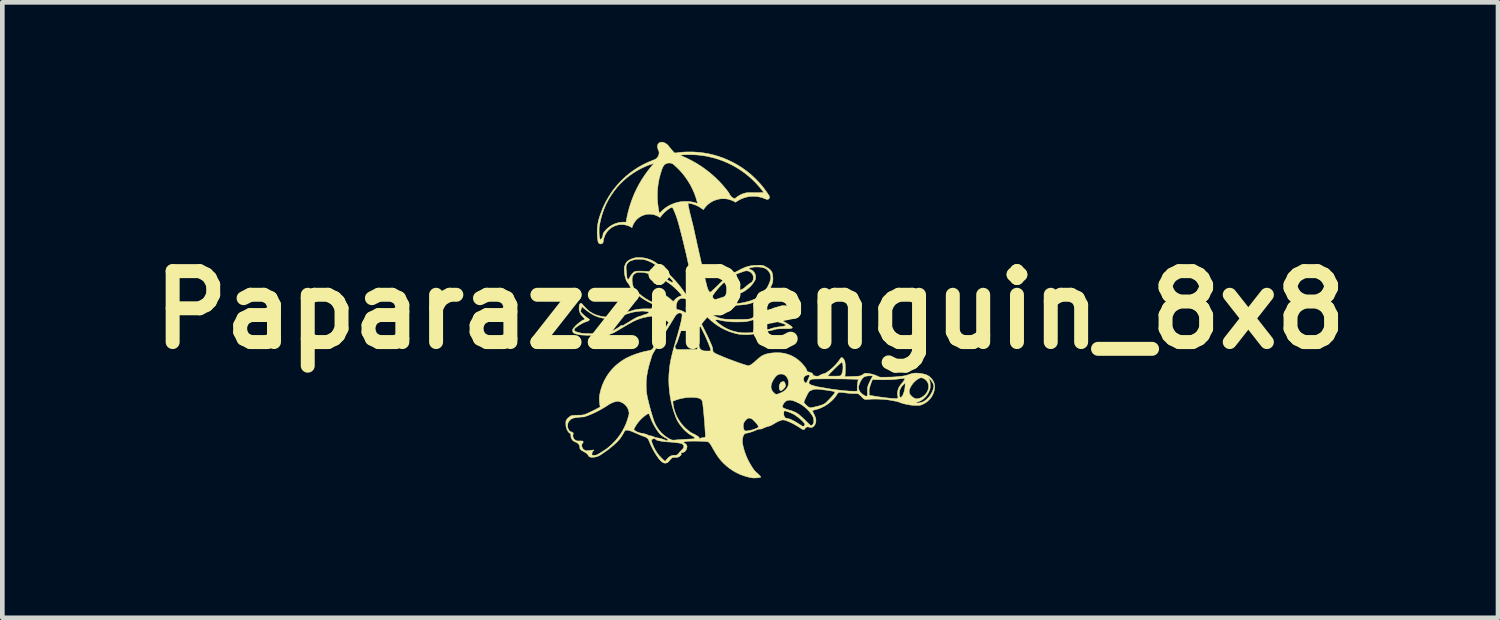
<source format=kicad_pcb>
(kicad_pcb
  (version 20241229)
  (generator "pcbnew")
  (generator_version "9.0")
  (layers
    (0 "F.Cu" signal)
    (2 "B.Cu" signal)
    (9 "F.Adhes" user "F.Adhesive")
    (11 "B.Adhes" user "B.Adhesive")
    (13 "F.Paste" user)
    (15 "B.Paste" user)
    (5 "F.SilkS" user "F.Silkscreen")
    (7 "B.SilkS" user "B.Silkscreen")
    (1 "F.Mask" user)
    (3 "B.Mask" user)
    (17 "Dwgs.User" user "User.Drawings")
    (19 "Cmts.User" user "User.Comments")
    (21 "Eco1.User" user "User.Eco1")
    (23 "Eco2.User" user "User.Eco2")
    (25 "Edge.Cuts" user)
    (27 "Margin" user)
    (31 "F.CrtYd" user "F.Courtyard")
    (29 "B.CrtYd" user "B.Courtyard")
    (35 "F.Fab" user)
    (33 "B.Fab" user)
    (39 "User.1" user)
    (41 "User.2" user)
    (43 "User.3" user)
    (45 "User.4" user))
  (footprint "PaparazziPenguin_8x8"
    (layer "F.Cu")
    (at 13.07 3.611)
    (property "Reference" "PaparazziPenguin_8x8" (at 0 0 0) (layer "F.SilkS") (effects (font (size 1.524 1.524) (thickness 0.3))))
    (attr through_hole)
    (fp_poly (pts (xy 0.723 1.539) (xy 0.732 1.545) (xy 0.74 1.556) (xy 0.747 1.572) (xy 0.752 1.586) (xy 0.757 1.601) (xy 0.76 1.612) (xy 0.761 1.619) (xy 0.761 1.626) (xy 0.759 1.633) (xy 0.759 1.634) (xy 0.754 1.648) (xy 0.745 1.663) (xy 0.732 1.679) (xy 0.714 1.698) (xy 0.712 1.699) (xy 0.698 1.712) (xy 0.687 1.722) (xy 0.679 1.728) (xy 0.672 1.732) (xy 0.665 1.733) (xy 0.66 1.734) (xy 0.65 1.732) (xy 0.643 1.727) (xy 0.642 1.725) (xy 0.634 1.712) (xy 0.628 1.695) (xy 0.624 1.675) (xy 0.623 1.654) (xy 0.623 1.646) (xy 0.624 1.634) (xy 0.625 1.624) (xy 0.628 1.615) (xy 0.633 1.603) (xy 0.64 1.589) (xy 0.656 1.557) (xy 0.679 1.547) (xy 0.697 1.54) (xy 0.712 1.537) (xy 0.723 1.539)) (stroke (width 0.01) (type solid)) (fill yes) (layer "F.SilkS"))
    (fp_poly (pts (xy -1.888 -3.605) (xy -1.869 -3.602) (xy -1.852 -3.597) (xy -1.816 -3.579) (xy -1.784 -3.556) (xy -1.757 -3.529) (xy -1.744 -3.512) (xy -1.737 -3.503) (xy -1.728 -3.491) (xy -1.715 -3.476) (xy -1.701 -3.459) (xy -1.686 -3.442) (xy -1.678 -3.432) (xy -1.663 -3.414) (xy -1.65 -3.4) (xy -1.641 -3.389) (xy -1.632 -3.382) (xy -1.624 -3.377) (xy -1.615 -3.375) (xy -1.604 -3.374) (xy -1.591 -3.376) (xy -1.574 -3.378) (xy -1.553 -3.381) (xy -1.522 -3.385) (xy -1.495 -3.388) (xy -1.469 -3.39) (xy -1.443 -3.392) (xy -1.416 -3.394) (xy -1.386 -3.395) (xy -1.351 -3.396) (xy -1.341 -3.396) (xy -1.229 -3.396) (xy -1.117 -3.389) (xy -1.006 -3.376) (xy -0.896 -3.357) (xy -0.788 -3.332) (xy -0.682 -3.301) (xy -0.577 -3.264) (xy -0.475 -3.221) (xy -0.374 -3.173) (xy -0.277 -3.119) (xy -0.181 -3.059) (xy -0.089 -2.994) (xy 0.000226 -2.923) (xy 0.01 -2.915) (xy 0.024 -2.903) (xy 0.041 -2.887) (xy 0.06 -2.869) (xy 0.08 -2.851) (xy 0.099 -2.832) (xy 0.106 -2.826) (xy 0.151 -2.78) (xy 0.193 -2.736) (xy 0.232 -2.693) (xy 0.269 -2.648) (xy 0.305 -2.601) (xy 0.342 -2.551) (xy 0.375 -2.503) (xy 0.388 -2.484) (xy 0.398 -2.469) (xy 0.405 -2.458) (xy 0.41 -2.449) (xy 0.413 -2.443) (xy 0.414 -2.437) (xy 0.415 -2.431) (xy 0.415 -2.43) (xy 0.414 -2.412) (xy 0.408 -2.397) (xy 0.396 -2.385) (xy 0.392 -2.383) (xy 0.382 -2.378) (xy 0.371 -2.375) (xy 0.36 -2.376) (xy 0.346 -2.38) (xy 0.328 -2.387) (xy 0.323 -2.389) (xy 0.268 -2.41) (xy 0.213 -2.426) (xy 0.155 -2.437) (xy 0.111 -2.442) (xy 0.054 -2.443) (xy -0.004 -2.439) (xy -0.062 -2.43) (xy -0.119 -2.415) (xy -0.175 -2.394) (xy -0.229 -2.369) (xy -0.279 -2.339) (xy -0.282 -2.337) (xy -0.316 -2.315) (xy -0.328 -2.323) (xy -0.35 -2.336) (xy -0.376 -2.348) (xy -0.406 -2.36) (xy -0.436 -2.37) (xy -0.467 -2.379) (xy -0.483 -2.383) (xy -0.501 -2.386) (xy -0.524 -2.388) (xy -0.549 -2.39) (xy -0.576 -2.39) (xy -0.603 -2.39) (xy -0.628 -2.389) (xy -0.649 -2.387) (xy -0.654 -2.386) (xy -0.711 -2.374) (xy -0.764 -2.356) (xy -0.815 -2.333) (xy -0.862 -2.304) (xy -0.906 -2.27) (xy -0.946 -2.231) (xy -0.982 -2.188) (xy -0.99 -2.176) (xy -0.997 -2.166) (xy -1.002 -2.159) (xy -1.005 -2.156) (xy -1.006 -2.156) (xy -1.009 -2.158) (xy -1.015 -2.162) (xy -1.024 -2.169) (xy -1.025 -2.17) (xy -1.073 -2.203) (xy -1.124 -2.232) (xy -1.177 -2.256) (xy -1.231 -2.275) (xy -1.286 -2.289) (xy -1.299 -2.292) (xy -1.314 -2.294) (xy -1.323 -2.295) (xy -1.329 -2.295) (xy -1.333 -2.294) (xy -1.335 -2.292) (xy -1.336 -2.288) (xy -1.335 -2.277) (xy -1.332 -2.262) (xy -1.329 -2.241) (xy -1.324 -2.216) (xy -1.318 -2.187) (xy -1.311 -2.154) (xy -1.303 -2.118) (xy -1.294 -2.079) (xy -1.284 -2.038) (xy -1.273 -1.995) (xy -1.262 -1.95) (xy -1.25 -1.904) (xy -1.243 -1.876) (xy -1.238 -1.858) (xy -1.233 -1.835) (xy -1.226 -1.808) (xy -1.219 -1.778) (xy -1.212 -1.746) (xy -1.205 -1.714) (xy -1.198 -1.683) (xy -1.197 -1.677) (xy -1.178 -1.589) (xy -1.158 -1.501) (xy -1.14 -1.416) (xy -1.121 -1.332) (xy -1.103 -1.251) (xy -1.085 -1.172) (xy -1.068 -1.097) (xy -1.052 -1.024) (xy -1.036 -0.954) (xy -1.021 -0.888) (xy -1.006 -0.826) (xy -0.993 -0.768) (xy -0.98 -0.714) (xy -0.968 -0.664) (xy -0.957 -0.62) (xy -0.947 -0.58) (xy -0.938 -0.545) (xy -0.931 -0.516) (xy -0.924 -0.493) (xy -0.919 -0.475) (xy -0.919 -0.475) (xy -0.912 -0.457) (xy -0.905 -0.438) (xy -0.896 -0.421) (xy -0.889 -0.407) (xy -0.881 -0.396) (xy -0.878 -0.391) (xy -0.867 -0.385) (xy -0.854 -0.385) (xy -0.844 -0.39) (xy -0.838 -0.395) (xy -0.827 -0.404) (xy -0.813 -0.416) (xy -0.797 -0.432) (xy -0.778 -0.449) (xy -0.757 -0.468) (xy -0.736 -0.488) (xy -0.715 -0.509) (xy -0.694 -0.529) (xy -0.673 -0.549) (xy -0.655 -0.568) (xy -0.654 -0.568) (xy -0.63 -0.592) (xy -0.608 -0.614) (xy -0.587 -0.633) (xy -0.568 -0.651) (xy -0.549 -0.667) (xy -0.53 -0.682) (xy -0.51 -0.697) (xy -0.489 -0.711) (xy -0.466 -0.726) (xy -0.44 -0.742) (xy -0.411 -0.759) (xy -0.378 -0.778) (xy -0.341 -0.799) (xy -0.3 -0.822) (xy -0.251 -0.848) (xy -0.207 -0.871) (xy -0.166 -0.891) (xy -0.128 -0.908) (xy -0.092 -0.922) (xy -0.057 -0.933) (xy -0.022 -0.942) (xy 0.012 -0.949) (xy 0.048 -0.955) (xy 0.086 -0.958) (xy 0.126 -0.96) (xy 0.156 -0.961) (xy 0.187 -0.962) (xy 0.213 -0.962) (xy 0.234 -0.961) (xy 0.253 -0.959) (xy 0.269 -0.956) (xy 0.284 -0.952) (xy 0.3 -0.946) (xy 0.316 -0.938) (xy 0.335 -0.927) (xy 0.353 -0.917) (xy 0.376 -0.904) (xy 0.394 -0.893) (xy 0.408 -0.883) (xy 0.42 -0.874) (xy 0.43 -0.864) (xy 0.434 -0.859) (xy 0.45 -0.84) (xy 0.463 -0.82) (xy 0.472 -0.799) (xy 0.479 -0.774) (xy 0.484 -0.746) (xy 0.487 -0.713) (xy 0.488 -0.693) (xy 0.489 -0.667) (xy 0.488 -0.644) (xy 0.487 -0.625) (xy 0.486 -0.616) (xy 0.48 -0.587) (xy 0.469 -0.554) (xy 0.454 -0.52) (xy 0.435 -0.485) (xy 0.414 -0.45) (xy 0.39 -0.415) (xy 0.364 -0.383) (xy 0.351 -0.367) (xy 0.336 -0.352) (xy 0.321 -0.338) (xy 0.307 -0.325) (xy 0.295 -0.314) (xy 0.285 -0.307) (xy 0.281 -0.305) (xy 0.276 -0.301) (xy 0.268 -0.294) (xy 0.259 -0.284) (xy 0.251 -0.276) (xy 0.233 -0.257) (xy 0.216 -0.24) (xy 0.198 -0.226) (xy 0.179 -0.213) (xy 0.158 -0.201) (xy 0.133 -0.189) (xy 0.103 -0.176) (xy 0.089 -0.171) (xy 0.056 -0.158) (xy 0.024 -0.148) (xy -0.008 -0.138) (xy -0.042 -0.13) (xy -0.077 -0.123) (xy -0.115 -0.117) (xy -0.155 -0.112) (xy -0.199 -0.108) (xy -0.247 -0.105) (xy -0.299 -0.102) (xy -0.357 -0.101) (xy -0.416 -0.099) (xy -0.483 -0.099) (xy -0.546 -0.099) (xy -0.606 -0.101) (xy -0.666 -0.104) (xy -0.727 -0.109) (xy -0.792 -0.114) (xy -0.826 -0.118) (xy -0.845 -0.12) (xy -0.857 -0.12) (xy -0.865 -0.12) (xy -0.867 -0.118) (xy -0.869 -0.114) (xy -0.872 -0.105) (xy -0.876 -0.092) (xy -0.88 -0.077) (xy -0.884 -0.06) (xy -0.888 -0.044) (xy -0.891 -0.03) (xy -0.892 -0.025) (xy -0.894 -0.002) (xy -0.89 0.02) (xy -0.88 0.041) (xy -0.865 0.062) (xy -0.843 0.082) (xy -0.816 0.102) (xy -0.802 0.11) (xy -0.748 0.139) (xy -0.693 0.163) (xy -0.636 0.18) (xy -0.578 0.192) (xy -0.54 0.197) (xy -0.53 0.197) (xy -0.514 0.198) (xy -0.494 0.199) (xy -0.47 0.199) (xy -0.442 0.2) (xy -0.412 0.201) (xy -0.381 0.201) (xy -0.354 0.202) (xy -0.307 0.202) (xy -0.261 0.203) (xy -0.217 0.202) (xy -0.176 0.202) (xy -0.137 0.201) (xy -0.103 0.2) (xy -0.072 0.199) (xy -0.046 0.197) (xy -0.024 0.195) (xy -0.008 0.193) (xy -0.001 0.192) (xy 0.005 0.189) (xy 0.017 0.185) (xy 0.033 0.177) (xy 0.053 0.168) (xy 0.075 0.158) (xy 0.1 0.146) (xy 0.126 0.133) (xy 0.138 0.127) (xy 0.203 0.095) (xy 0.263 0.066) (xy 0.32 0.039) (xy 0.375 0.015) (xy 0.429 -0.009) (xy 0.459 -0.021) (xy 0.483 -0.031) (xy 0.503 -0.039) (xy 0.52 -0.046) (xy 0.536 -0.051) (xy 0.552 -0.056) (xy 0.569 -0.06) (xy 0.587 -0.065) (xy 0.606 -0.07) (xy 0.626 -0.076) (xy 0.644 -0.081) (xy 0.651 -0.083) (xy 0.664 -0.088) (xy 0.675 -0.091) (xy 0.686 -0.092) (xy 0.698 -0.093) (xy 0.713 -0.094) (xy 0.721 -0.094) (xy 0.738 -0.093) (xy 0.751 -0.093) (xy 0.761 -0.092) (xy 0.769 -0.089) (xy 0.778 -0.086) (xy 0.779 -0.086) (xy 0.793 -0.079) (xy 0.801 -0.071) (xy 0.803 -0.061) (xy 0.802 -0.053) (xy 0.798 -0.045) (xy 0.79 -0.034) (xy 0.779 -0.022) (xy 0.766 -0.011) (xy 0.754 -0.002) (xy 0.75 -0.000105) (xy 0.723 0.017) (xy 0.7 0.035) (xy 0.678 0.056) (xy 0.656 0.08) (xy 0.64 0.103) (xy 0.628 0.125) (xy 0.621 0.146) (xy 0.62 0.164) (xy 0.624 0.181) (xy 0.633 0.194) (xy 0.633 0.195) (xy 0.639 0.199) (xy 0.649 0.205) (xy 0.663 0.214) (xy 0.68 0.225) (xy 0.7 0.236) (xy 0.721 0.249) (xy 0.731 0.254) (xy 0.77 0.276) (xy 0.804 0.296) (xy 0.833 0.314) (xy 0.856 0.33) (xy 0.875 0.343) (xy 0.889 0.354) (xy 0.898 0.364) (xy 0.904 0.372) (xy 0.905 0.379) (xy 0.903 0.385) (xy 0.901 0.387) (xy 0.896 0.389) (xy 0.886 0.393) (xy 0.876 0.396) (xy 0.868 0.398) (xy 0.859 0.399) (xy 0.849 0.4) (xy 0.836 0.401) (xy 0.819 0.401) (xy 0.797 0.401) (xy 0.787 0.401) (xy 0.758 0.401) (xy 0.728 0.401) (xy 0.697 0.402) (xy 0.666 0.403) (xy 0.637 0.404) (xy 0.611 0.406) (xy 0.588 0.407) (xy 0.57 0.409) (xy 0.558 0.411) (xy 0.544 0.415) (xy 0.527 0.419) (xy 0.51 0.424) (xy 0.506 0.425) (xy 0.497 0.428) (xy 0.488 0.431) (xy 0.48 0.433) (xy 0.471 0.435) (xy 0.461 0.438) (xy 0.449 0.44) (xy 0.434 0.443) (xy 0.415 0.447) (xy 0.392 0.451) (xy 0.364 0.457) (xy 0.354 0.459) (xy 0.325 0.464) (xy 0.292 0.47) (xy 0.259 0.477) (xy 0.226 0.484) (xy 0.196 0.49) (xy 0.18 0.494) (xy 0.137 0.503) (xy 0.1 0.51) (xy 0.067 0.516) (xy 0.038 0.521) (xy 0.011 0.525) (xy -0.014 0.527) (xy -0.039 0.529) (xy -0.064 0.53) (xy -0.09 0.53) (xy -0.118 0.529) (xy -0.124 0.529) (xy -0.163 0.528) (xy -0.197 0.525) (xy -0.229 0.522) (xy -0.259 0.517) (xy -0.29 0.51) (xy -0.307 0.506) (xy -0.392 0.482) (xy -0.475 0.453) (xy -0.556 0.417) (xy -0.633 0.376) (xy -0.708 0.329) (xy -0.78 0.278) (xy -0.848 0.221) (xy -0.849 0.22) (xy -0.748 0.22) (xy -0.747 0.224) (xy -0.743 0.229) (xy -0.735 0.237) (xy -0.727 0.245) (xy -0.668 0.296) (xy -0.606 0.341) (xy -0.542 0.38) (xy -0.475 0.414) (xy -0.406 0.442) (xy -0.335 0.463) (xy -0.262 0.479) (xy -0.187 0.489) (xy -0.175 0.49) (xy -0.16 0.491) (xy -0.141 0.491) (xy -0.118 0.491) (xy -0.093 0.492) (xy -0.068 0.491) (xy -0.043 0.491) (xy -0.021 0.49) (xy -0.002 0.49) (xy 0.01 0.489) (xy 0.056 0.484) (xy 0.102 0.477) (xy 0.143 0.47) (xy 0.155 0.467) (xy 0.173 0.464) (xy 0.193 0.46) (xy 0.215 0.456) (xy 0.238 0.451) (xy 0.242 0.451) (xy 0.271 0.445) (xy 0.302 0.439) (xy 0.334 0.432) (xy 0.365 0.424) (xy 0.395 0.417) (xy 0.422 0.409) (xy 0.445 0.403) (xy 0.457 0.399) (xy 0.48 0.391) (xy 0.502 0.385) (xy 0.524 0.379) (xy 0.547 0.374) (xy 0.573 0.369) (xy 0.602 0.365) (xy 0.636 0.36) (xy 0.637 0.36) (xy 0.671 0.356) (xy 0.7 0.351) (xy 0.723 0.347) (xy 0.74 0.343) (xy 0.753 0.338) (xy 0.761 0.334) (xy 0.765 0.328) (xy 0.764 0.323) (xy 0.761 0.316) (xy 0.76 0.315) (xy 0.754 0.311) (xy 0.742 0.305) (xy 0.726 0.298) (xy 0.707 0.291) (xy 0.685 0.284) (xy 0.662 0.277) (xy 0.657 0.276) (xy 0.635 0.27) (xy 0.619 0.264) (xy 0.607 0.259) (xy 0.598 0.253) (xy 0.592 0.247) (xy 0.582 0.233) (xy 0.575 0.216) (xy 0.572 0.198) (xy 0.572 0.195) (xy 0.573 0.179) (xy 0.578 0.159) (xy 0.586 0.136) (xy 0.596 0.111) (xy 0.608 0.084) (xy 0.622 0.057) (xy 0.637 0.03) (xy 0.651 0.009) (xy 0.661 -0.008) (xy 0.668 -0.02) (xy 0.672 -0.029) (xy 0.672 -0.035) (xy 0.67 -0.038) (xy 0.665 -0.04) (xy 0.656 -0.04) (xy 0.642 -0.039) (xy 0.624 -0.035) (xy 0.602 -0.03) (xy 0.578 -0.024) (xy 0.553 -0.016) (xy 0.527 -0.008) (xy 0.501 0.000241) (xy 0.476 0.009) (xy 0.453 0.018) (xy 0.432 0.026) (xy 0.416 0.034) (xy 0.407 0.04) (xy 0.391 0.048) (xy 0.372 0.058) (xy 0.351 0.069) (xy 0.328 0.078) (xy 0.314 0.084) (xy 0.287 0.095) (xy 0.262 0.108) (xy 0.236 0.124) (xy 0.217 0.136) (xy 0.177 0.16) (xy 0.132 0.183) (xy 0.083 0.203) (xy 0.032 0.22) (xy -0.02 0.235) (xy -0.073 0.246) (xy -0.108 0.251) (xy -0.123 0.252) (xy -0.144 0.254) (xy -0.168 0.255) (xy -0.196 0.255) (xy -0.226 0.256) (xy -0.257 0.256) (xy -0.289 0.257) (xy -0.319 0.256) (xy -0.347 0.256) (xy -0.372 0.256) (xy -0.393 0.255) (xy -0.399 0.254) (xy -0.44 0.251) (xy -0.482 0.247) (xy -0.523 0.242) (xy -0.563 0.236) (xy -0.599 0.23) (xy -0.632 0.224) (xy -0.654 0.218) (xy -0.671 0.215) (xy -0.689 0.212) (xy -0.707 0.211) (xy -0.723 0.211) (xy -0.735 0.212) (xy -0.744 0.215) (xy -0.747 0.217) (xy -0.748 0.22) (xy -0.849 0.22) (xy -0.882 0.189) (xy -0.896 0.176) (xy -0.906 0.166) (xy -0.914 0.16) (xy -0.919 0.158) (xy -0.922 0.157) (xy -0.923 0.158) (xy -0.928 0.162) (xy -0.937 0.17) (xy -0.947 0.182) (xy -0.96 0.196) (xy -0.973 0.211) (xy -0.986 0.227) (xy -0.999 0.242) (xy -1.01 0.256) (xy -1.013 0.26) (xy -1.024 0.275) (xy -1.033 0.288) (xy -1.038 0.298) (xy -1.04 0.303) (xy -1.04 0.308) (xy -1.04 0.314) (xy -1.037 0.321) (xy -1.032 0.332) (xy -1.025 0.346) (xy -1.019 0.356) (xy -0.999 0.395) (xy -0.978 0.436) (xy -0.957 0.479) (xy -0.935 0.523) (xy -0.914 0.566) (xy -0.894 0.61) (xy -0.875 0.651) (xy -0.858 0.69) (xy -0.842 0.726) (xy -0.829 0.758) (xy -0.822 0.776) (xy -0.815 0.795) (xy -0.811 0.81) (xy -0.807 0.822) (xy -0.805 0.834) (xy -0.804 0.846) (xy -0.803 0.852) (xy -0.802 0.872) (xy -0.799 0.886) (xy -0.796 0.895) (xy -0.789 0.904) (xy -0.777 0.914) (xy -0.761 0.926) (xy -0.743 0.936) (xy -0.733 0.941) (xy -0.718 0.948) (xy -0.699 0.957) (xy -0.676 0.967) (xy -0.649 0.978) (xy -0.621 0.99) (xy -0.591 1.003) (xy -0.56 1.016) (xy -0.529 1.028) (xy -0.499 1.04) (xy -0.47 1.052) (xy -0.467 1.053) (xy -0.43 1.067) (xy -0.393 1.081) (xy -0.354 1.095) (xy -0.316 1.109) (xy -0.278 1.123) (xy -0.241 1.136) (xy -0.205 1.148) (xy -0.172 1.159) (xy -0.141 1.169) (xy -0.113 1.178) (xy -0.089 1.185) (xy -0.069 1.191) (xy -0.054 1.195) (xy -0.043 1.197) (xy -0.041 1.197) (xy -0.025 1.195) (xy -0.006 1.187) (xy 0.016 1.176) (xy 0.04 1.16) (xy 0.066 1.141) (xy 0.092 1.118) (xy 0.1 1.111) (xy 0.132 1.082) (xy 0.16 1.057) (xy 0.185 1.036) (xy 0.208 1.018) (xy 0.228 1.003) (xy 0.246 0.99) (xy 0.263 0.98) (xy 0.269 0.977) (xy 0.307 0.96) (xy 0.349 0.946) (xy 0.396 0.935) (xy 0.447 0.926) (xy 0.502 0.921) (xy 0.56 0.918) (xy 0.602 0.919) (xy 0.64 0.92) (xy 0.674 0.923) (xy 0.705 0.927) (xy 0.735 0.932) (xy 0.766 0.94) (xy 0.8 0.95) (xy 0.81 0.953) (xy 0.861 0.972) (xy 0.908 0.993) (xy 0.953 1.018) (xy 0.997 1.047) (xy 1.041 1.081) (xy 1.065 1.102) (xy 1.084 1.119) (xy 1.104 1.139) (xy 1.123 1.16) (xy 1.142 1.182) (xy 1.16 1.203) (xy 1.176 1.224) (xy 1.19 1.243) (xy 1.201 1.26) (xy 1.208 1.275) (xy 1.212 1.285) (xy 1.212 1.285) (xy 1.217 1.302) (xy 1.227 1.317) (xy 1.235 1.324) (xy 1.242 1.328) (xy 1.253 1.331) (xy 1.266 1.335) (xy 1.268 1.335) (xy 1.286 1.34) (xy 1.304 1.346) (xy 1.321 1.354) (xy 1.334 1.363) (xy 1.341 1.37) (xy 1.347 1.38) (xy 1.352 1.391) (xy 1.352 1.392) (xy 1.356 1.4) (xy 1.362 1.407) (xy 1.372 1.412) (xy 1.385 1.416) (xy 1.395 1.418) (xy 1.425 1.422) (xy 1.45 1.423) (xy 1.471 1.419) (xy 1.472 1.419) (xy 1.663 1.419) (xy 1.687 1.42) (xy 1.695 1.421) (xy 1.71 1.421) (xy 1.728 1.421) (xy 1.75 1.421) (xy 1.775 1.421) (xy 1.801 1.421) (xy 1.817 1.421) (xy 1.846 1.421) (xy 1.869 1.42) (xy 1.888 1.42) (xy 1.902 1.42) (xy 1.913 1.419) (xy 1.921 1.418) (xy 1.927 1.417) (xy 1.932 1.416) (xy 1.936 1.414) (xy 1.938 1.413) (xy 1.948 1.407) (xy 1.956 1.399) (xy 1.963 1.388) (xy 1.97 1.373) (xy 1.975 1.357) (xy 1.985 1.322) (xy 1.991 1.289) (xy 1.994 1.256) (xy 1.994 1.234) (xy 1.994 1.203) (xy 1.991 1.177) (xy 1.988 1.157) (xy 1.983 1.141) (xy 1.977 1.132) (xy 1.974 1.13) (xy 1.967 1.128) (xy 1.961 1.128) (xy 1.956 1.13) (xy 1.95 1.135) (xy 1.939 1.143) (xy 1.925 1.155) (xy 1.909 1.171) (xy 1.889 1.189) (xy 1.868 1.209) (xy 1.846 1.23) (xy 1.822 1.253) (xy 1.798 1.277) (xy 1.775 1.301) (xy 1.752 1.325) (xy 1.729 1.347) (xy 1.709 1.369) (xy 1.693 1.387) (xy 1.663 1.419) (xy 1.472 1.419) (xy 1.489 1.412) (xy 1.504 1.402) (xy 1.521 1.391) (xy 1.541 1.381) (xy 1.561 1.375) (xy 1.562 1.375) (xy 1.58 1.371) (xy 1.594 1.367) (xy 1.605 1.364) (xy 1.615 1.359) (xy 1.625 1.354) (xy 1.633 1.349) (xy 1.693 1.307) (xy 1.75 1.261) (xy 1.804 1.211) (xy 1.854 1.158) (xy 1.899 1.101) (xy 1.927 1.062) (xy 1.938 1.046) (xy 1.946 1.035) (xy 1.952 1.028) (xy 1.958 1.024) (xy 1.963 1.022) (xy 1.965 1.022) (xy 1.976 1.025) (xy 1.989 1.033) (xy 2.001 1.046) (xy 2.013 1.061) (xy 2.023 1.079) (xy 2.031 1.099) (xy 2.035 1.113) (xy 2.038 1.132) (xy 2.041 1.156) (xy 2.043 1.185) (xy 2.044 1.216) (xy 2.045 1.249) (xy 2.045 1.283) (xy 2.044 1.317) (xy 2.043 1.349) (xy 2.041 1.379) (xy 2.039 1.405) (xy 2.036 1.42) (xy 2.034 1.433) (xy 2.131 1.431) (xy 2.174 1.429) (xy 2.212 1.428) (xy 2.244 1.427) (xy 2.272 1.426) (xy 2.295 1.425) (xy 2.314 1.423) (xy 2.33 1.422) (xy 2.343 1.42) (xy 2.353 1.418) (xy 2.362 1.416) (xy 2.384 1.409) (xy 2.401 1.401) (xy 2.417 1.39) (xy 2.427 1.383) (xy 2.438 1.374) (xy 2.451 1.367) (xy 2.458 1.364) (xy 2.465 1.362) (xy 2.472 1.36) (xy 2.479 1.36) (xy 2.488 1.36) (xy 2.501 1.361) (xy 2.519 1.363) (xy 2.522 1.363) (xy 2.542 1.366) (xy 2.565 1.369) (xy 2.587 1.373) (xy 2.605 1.376) (xy 2.606 1.377) (xy 2.624 1.381) (xy 2.645 1.387) (xy 2.666 1.394) (xy 2.687 1.401) (xy 2.707 1.409) (xy 2.723 1.416) (xy 2.735 1.421) (xy 2.738 1.423) (xy 2.747 1.428) (xy 2.759 1.434) (xy 2.772 1.438) (xy 2.777 1.44) (xy 2.783 1.441) (xy 2.788 1.443) (xy 2.795 1.443) (xy 2.803 1.444) (xy 2.813 1.444) (xy 2.827 1.445) (xy 2.844 1.445) (xy 2.866 1.444) (xy 2.892 1.444) (xy 2.923 1.444) (xy 2.962 1.443) (xy 2.996 1.442) (xy 3.026 1.442) (xy 3.053 1.441) (xy 3.078 1.439) (xy 3.104 1.438) (xy 3.13 1.436) (xy 3.158 1.433) (xy 3.19 1.43) (xy 3.218 1.427) (xy 3.25 1.424) (xy 3.277 1.421) (xy 3.299 1.417) (xy 3.319 1.414) (xy 3.338 1.41) (xy 3.356 1.405) (xy 3.376 1.399) (xy 3.398 1.391) (xy 3.423 1.383) (xy 3.455 1.372) (xy 3.484 1.364) (xy 3.513 1.359) (xy 3.543 1.356) (xy 3.576 1.356) (xy 3.612 1.358) (xy 3.628 1.359) (xy 3.649 1.361) (xy 3.673 1.365) (xy 3.698 1.37) (xy 3.723 1.375) (xy 3.747 1.381) (xy 3.768 1.387) (xy 3.784 1.392) (xy 3.787 1.393) (xy 3.822 1.411) (xy 3.855 1.434) (xy 3.884 1.461) (xy 3.91 1.491) (xy 3.931 1.524) (xy 3.948 1.558) (xy 3.959 1.595) (xy 3.965 1.632) (xy 3.966 1.648) (xy 3.963 1.686) (xy 3.956 1.726) (xy 3.944 1.767) (xy 3.929 1.807) (xy 3.91 1.845) (xy 3.899 1.864) (xy 3.873 1.899) (xy 3.842 1.933) (xy 3.809 1.964) (xy 3.773 1.991) (xy 3.769 1.994) (xy 3.75 2.005) (xy 3.729 2.016) (xy 3.707 2.027) (xy 3.686 2.036) (xy 3.667 2.043) (xy 3.654 2.046) (xy 3.639 2.049) (xy 3.619 2.05) (xy 3.595 2.051) (xy 3.569 2.051) (xy 3.541 2.051) (xy 3.513 2.049) (xy 3.49 2.048) (xy 3.454 2.044) (xy 3.417 2.038) (xy 3.378 2.031) (xy 3.34 2.023) (xy 3.304 2.015) (xy 3.271 2.006) (xy 3.243 1.996) (xy 3.232 1.992) (xy 3.229 1.991) (xy 3.553 1.991) (xy 3.556 1.993) (xy 3.563 1.996) (xy 3.574 1.998) (xy 3.587 1.999) (xy 3.598 2) (xy 3.61 1.999) (xy 3.625 1.998) (xy 3.64 1.996) (xy 3.642 1.995) (xy 3.681 1.986) (xy 3.717 1.972) (xy 3.751 1.953) (xy 3.783 1.929) (xy 3.814 1.9) (xy 3.845 1.864) (xy 3.86 1.846) (xy 3.878 1.818) (xy 3.896 1.788) (xy 3.912 1.757) (xy 3.925 1.726) (xy 3.935 1.696) (xy 3.942 1.67) (xy 3.943 1.663) (xy 3.945 1.643) (xy 3.944 1.624) (xy 3.94 1.606) (xy 3.933 1.586) (xy 3.923 1.565) (xy 3.908 1.542) (xy 3.902 1.532) (xy 3.895 1.522) (xy 3.885 1.51) (xy 3.875 1.497) (xy 3.865 1.484) (xy 3.854 1.473) (xy 3.846 1.463) (xy 3.839 1.457) (xy 3.836 1.454) (xy 3.836 1.454) (xy 3.836 1.457) (xy 3.838 1.464) (xy 3.841 1.475) (xy 3.844 1.48) (xy 3.852 1.503) (xy 3.859 1.524) (xy 3.864 1.544) (xy 3.867 1.565) (xy 3.868 1.589) (xy 3.869 1.617) (xy 3.869 1.622) (xy 3.869 1.643) (xy 3.868 1.659) (xy 3.868 1.671) (xy 3.867 1.681) (xy 3.865 1.689) (xy 3.863 1.698) (xy 3.859 1.709) (xy 3.858 1.713) (xy 3.838 1.762) (xy 3.814 1.807) (xy 3.785 1.848) (xy 3.751 1.885) (xy 3.712 1.918) (xy 3.673 1.944) (xy 3.656 1.953) (xy 3.636 1.962) (xy 3.614 1.971) (xy 3.594 1.978) (xy 3.576 1.983) (xy 3.571 1.985) (xy 3.561 1.987) (xy 3.555 1.99) (xy 3.553 1.991) (xy 3.229 1.991) (xy 3.212 1.984) (xy 3.197 1.979) (xy 3.183 1.974) (xy 3.169 1.97) (xy 3.153 1.966) (xy 3.135 1.962) (xy 3.065 1.948) (xy 2.997 1.936) (xy 2.93 1.927) (xy 2.861 1.921) (xy 2.789 1.917) (xy 2.732 1.915) (xy 2.697 1.915) (xy 2.666 1.915) (xy 2.638 1.915) (xy 2.613 1.916) (xy 2.588 1.917) (xy 2.561 1.919) (xy 2.557 1.919) (xy 2.535 1.921) (xy 2.514 1.922) (xy 2.497 1.922) (xy 2.482 1.923) (xy 2.473 1.923) (xy 2.47 1.922) (xy 2.455 1.917) (xy 2.438 1.907) (xy 2.42 1.891) (xy 2.402 1.873) (xy 2.39 1.859) (xy 2.375 1.845) (xy 2.36 1.831) (xy 2.344 1.818) (xy 2.331 1.808) (xy 2.32 1.801) (xy 2.316 1.8) (xy 2.309 1.798) (xy 2.299 1.797) (xy 2.285 1.797) (xy 2.266 1.796) (xy 2.242 1.796) (xy 2.236 1.796) (xy 2.202 1.795) (xy 2.172 1.794) (xy 2.143 1.792) (xy 2.113 1.789) (xy 2.081 1.785) (xy 2.044 1.78) (xy 2.036 1.778) (xy 2.015 1.776) (xy 1.992 1.773) (xy 1.969 1.771) (xy 1.954 1.77) (xy 1.934 1.769) (xy 1.918 1.77) (xy 1.906 1.772) (xy 1.896 1.776) (xy 1.887 1.784) (xy 1.878 1.795) (xy 1.867 1.81) (xy 1.861 1.82) (xy 1.843 1.847) (xy 1.826 1.87) (xy 1.809 1.891) (xy 1.791 1.912) (xy 1.769 1.934) (xy 1.76 1.943) (xy 1.708 1.989) (xy 1.652 2.031) (xy 1.593 2.068) (xy 1.53 2.099) (xy 1.481 2.119) (xy 1.467 2.124) (xy 1.448 2.13) (xy 1.427 2.136) (xy 1.406 2.142) (xy 1.395 2.145) (xy 1.378 2.149) (xy 1.362 2.154) (xy 1.349 2.158) (xy 1.341 2.161) (xy 1.339 2.163) (xy 1.339 2.168) (xy 1.342 2.177) (xy 1.348 2.191) (xy 1.352 2.2) (xy 1.363 2.222) (xy 1.374 2.244) (xy 1.384 2.267) (xy 1.393 2.288) (xy 1.4 2.307) (xy 1.406 2.322) (xy 1.408 2.33) (xy 1.411 2.347) (xy 1.413 2.368) (xy 1.412 2.39) (xy 1.41 2.41) (xy 1.408 2.423) (xy 1.399 2.449) (xy 1.386 2.472) (xy 1.371 2.493) (xy 1.354 2.509) (xy 1.337 2.519) (xy 1.318 2.524) (xy 1.296 2.524) (xy 1.274 2.52) (xy 1.269 2.518) (xy 1.248 2.513) (xy 1.228 2.512) (xy 1.214 2.516) (xy 1.205 2.521) (xy 1.196 2.528) (xy 1.187 2.535) (xy 1.181 2.543) (xy 1.178 2.548) (xy 1.178 2.548) (xy 1.175 2.554) (xy 1.169 2.56) (xy 1.16 2.566) (xy 1.151 2.57) (xy 1.149 2.57) (xy 1.142 2.571) (xy 1.135 2.569) (xy 1.125 2.565) (xy 1.116 2.561) (xy 1.103 2.553) (xy 1.089 2.544) (xy 1.078 2.537) (xy 1.056 2.522) (xy 1.03 2.505) (xy 1 2.487) (xy 0.969 2.469) (xy 0.937 2.451) (xy 0.906 2.435) (xy 0.877 2.421) (xy 0.862 2.414) (xy 0.826 2.398) (xy 0.794 2.385) (xy 0.767 2.375) (xy 0.744 2.368) (xy 0.724 2.364) (xy 0.706 2.363) (xy 0.691 2.364) (xy 0.691 2.364) (xy 0.668 2.369) (xy 0.642 2.378) (xy 0.613 2.39) (xy 0.582 2.404) (xy 0.551 2.421) (xy 0.521 2.439) (xy 0.519 2.44) (xy 0.503 2.45) (xy 0.485 2.461) (xy 0.469 2.47) (xy 0.456 2.476) (xy 0.456 2.477) (xy 0.445 2.481) (xy 0.436 2.485) (xy 0.426 2.489) (xy 0.415 2.493) (xy 0.402 2.497) (xy 0.384 2.502) (xy 0.365 2.507) (xy 0.316 2.523) (xy 0.271 2.544) (xy 0.267 2.546) (xy 0.258 2.551) (xy 0.25 2.554) (xy 0.241 2.557) (xy 0.231 2.558) (xy 0.217 2.559) (xy 0.21 2.559) (xy 0.195 2.56) (xy 0.185 2.561) (xy 0.175 2.563) (xy 0.166 2.565) (xy 0.155 2.569) (xy 0.142 2.575) (xy 0.129 2.581) (xy 0.103 2.592) (xy 0.075 2.603) (xy 0.047 2.613) (xy 0.019 2.623) (xy -0.008 2.631) (xy -0.033 2.638) (xy -0.055 2.644) (xy -0.073 2.647) (xy -0.084 2.648) (xy -0.102 2.651) (xy -0.117 2.66) (xy -0.131 2.674) (xy -0.143 2.694) (xy -0.152 2.716) (xy -0.161 2.75) (xy -0.166 2.783) (xy -0.168 2.817) (xy -0.166 2.852) (xy -0.16 2.891) (xy -0.152 2.925) (xy -0.133 3.001) (xy -0.11 3.072) (xy -0.084 3.14) (xy -0.055 3.207) (xy -0.021 3.273) (xy 0.018 3.34) (xy 0.048 3.388) (xy 0.066 3.415) (xy 0.082 3.437) (xy 0.098 3.456) (xy 0.114 3.473) (xy 0.131 3.49) (xy 0.152 3.508) (xy 0.152 3.508) (xy 0.167 3.521) (xy 0.182 3.535) (xy 0.196 3.549) (xy 0.208 3.562) (xy 0.218 3.573) (xy 0.225 3.583) (xy 0.228 3.589) (xy 0.229 3.589) (xy 0.226 3.592) (xy 0.217 3.595) (xy 0.205 3.598) (xy 0.189 3.601) (xy 0.17 3.604) (xy 0.151 3.607) (xy 0.131 3.608) (xy 0.108 3.609) (xy 0.085 3.609) (xy 0.064 3.609) (xy 0.054 3.608) (xy 0.018 3.603) (xy -0.022 3.595) (xy -0.065 3.584) (xy -0.109 3.571) (xy -0.153 3.557) (xy -0.196 3.541) (xy -0.219 3.532) (xy -0.294 3.496) (xy -0.367 3.455) (xy -0.437 3.408) (xy -0.502 3.357) (xy -0.564 3.301) (xy -0.622 3.241) (xy -0.673 3.179) (xy -0.686 3.161) (xy -0.7 3.14) (xy -0.715 3.118) (xy -0.732 3.092) (xy -0.75 3.062) (xy -0.77 3.028) (xy -0.793 2.989) (xy -0.803 2.972) (xy -0.82 2.941) (xy -0.835 2.916) (xy -0.848 2.895) (xy -0.859 2.878) (xy -0.868 2.865) (xy -0.876 2.855) (xy -0.884 2.847) (xy -0.891 2.842) (xy -0.898 2.838) (xy -0.905 2.835) (xy -0.907 2.834) (xy -0.92 2.831) (xy -0.939 2.828) (xy -0.964 2.825) (xy -0.994 2.823) (xy -1.029 2.821) (xy -1.067 2.82) (xy -1.11 2.819) (xy -1.156 2.818) (xy -1.183 2.818) (xy -1.226 2.818) (xy -1.263 2.818) (xy -1.295 2.819) (xy -1.323 2.82) (xy -1.346 2.821) (xy -1.365 2.823) (xy -1.381 2.825) (xy -1.394 2.828) (xy -1.405 2.831) (xy -1.408 2.832) (xy -1.42 2.838) (xy -1.427 2.843) (xy -1.428 2.849) (xy -1.423 2.855) (xy -1.412 2.862) (xy -1.403 2.868) (xy -1.384 2.879) (xy -1.371 2.893) (xy -1.363 2.91) (xy -1.36 2.917) (xy -1.358 2.927) (xy -1.357 2.935) (xy -1.357 2.943) (xy -1.359 2.954) (xy -1.36 2.959) (xy -1.369 2.989) (xy -1.381 3.014) (xy -1.396 3.034) (xy -1.414 3.049) (xy -1.434 3.059) (xy -1.452 3.063) (xy -1.466 3.064) (xy -1.475 3.066) (xy -1.48 3.068) (xy -1.484 3.072) (xy -1.485 3.074) (xy -1.487 3.082) (xy -1.484 3.09) (xy -1.484 3.092) (xy -1.481 3.1) (xy -1.481 3.107) (xy -1.486 3.115) (xy -1.494 3.125) (xy -1.5 3.131) (xy -1.515 3.144) (xy -1.532 3.155) (xy -1.55 3.162) (xy -1.572 3.166) (xy -1.598 3.168) (xy -1.616 3.168) (xy -1.633 3.168) (xy -1.647 3.168) (xy -1.658 3.17) (xy -1.669 3.173) (xy -1.679 3.179) (xy -1.69 3.187) (xy -1.701 3.199) (xy -1.715 3.214) (xy -1.732 3.234) (xy -1.74 3.244) (xy -1.753 3.259) (xy -1.764 3.269) (xy -1.774 3.276) (xy -1.782 3.281) (xy -1.804 3.289) (xy -1.826 3.292) (xy -1.849 3.288) (xy -1.872 3.279) (xy -1.895 3.264) (xy -1.919 3.243) (xy -1.944 3.216) (xy -1.961 3.196) (xy -2.004 3.136) (xy -2.046 3.071) (xy -2.085 3.003) (xy -2.12 2.934) (xy -2.152 2.864) (xy -2.161 2.842) (xy -2.17 2.82) (xy -2.177 2.802) (xy -2.179 2.8) (xy -2.124 2.8) (xy -2.124 2.8) (xy -2.123 2.806) (xy -2.12 2.817) (xy -2.116 2.832) (xy -2.111 2.848) (xy -2.105 2.866) (xy -2.101 2.877) (xy -2.074 2.942) (xy -2.041 3.006) (xy -2.003 3.067) (xy -1.966 3.117) (xy -1.954 3.131) (xy -1.94 3.146) (xy -1.925 3.162) (xy -1.909 3.179) (xy -1.893 3.195) (xy -1.877 3.21) (xy -1.862 3.224) (xy -1.849 3.236) (xy -1.838 3.245) (xy -1.83 3.25) (xy -1.826 3.252) (xy -1.825 3.252) (xy -1.823 3.248) (xy -1.817 3.241) (xy -1.81 3.231) (xy -1.803 3.223) (xy -1.778 3.193) (xy -1.754 3.169) (xy -1.729 3.15) (xy -1.704 3.137) (xy -1.677 3.127) (xy -1.647 3.122) (xy -1.619 3.121) (xy -1.601 3.121) (xy -1.586 3.119) (xy -1.574 3.115) (xy -1.563 3.109) (xy -1.552 3.099) (xy -1.539 3.085) (xy -1.525 3.067) (xy -1.523 3.063) (xy -1.513 3.052) (xy -1.501 3.038) (xy -1.486 3.023) (xy -1.472 3.009) (xy -1.47 3.007) (xy -1.454 2.991) (xy -1.442 2.978) (xy -1.434 2.967) (xy -1.429 2.957) (xy -1.426 2.946) (xy -1.426 2.936) (xy -1.429 2.918) (xy -1.437 2.901) (xy -1.449 2.886) (xy -1.464 2.875) (xy -1.474 2.871) (xy -1.49 2.867) (xy -1.51 2.862) (xy -1.535 2.858) (xy -1.562 2.854) (xy -1.592 2.85) (xy -1.622 2.846) (xy -1.653 2.843) (xy -1.684 2.84) (xy -1.714 2.839) (xy -1.715 2.838) (xy -1.76 2.836) (xy -1.799 2.833) (xy -1.834 2.83) (xy -1.866 2.826) (xy -1.897 2.822) (xy -1.926 2.816) (xy -1.956 2.81) (xy -1.973 2.806) (xy -1.991 2.802) (xy -2.004 2.798) (xy -2.012 2.794) (xy -2.016 2.791) (xy -2.016 2.791) (xy -2.022 2.784) (xy -2.032 2.777) (xy -2.044 2.771) (xy -2.056 2.767) (xy -2.059 2.767) (xy -2.071 2.766) (xy -2.083 2.768) (xy -2.085 2.768) (xy -2.095 2.772) (xy -2.105 2.779) (xy -2.115 2.786) (xy -2.121 2.794) (xy -2.124 2.8) (xy -2.179 2.8) (xy -2.184 2.789) (xy -2.19 2.778) (xy -2.197 2.769) (xy -2.205 2.761) (xy -2.207 2.759) (xy -2.215 2.751) (xy -2.224 2.744) (xy -2.234 2.737) (xy -2.247 2.731) (xy -2.262 2.725) (xy -2.282 2.717) (xy -2.299 2.711) (xy -2.32 2.704) (xy -2.341 2.695) (xy -2.362 2.687) (xy -2.38 2.68) (xy -2.389 2.676) (xy -2.439 2.654) (xy -2.482 2.635) (xy -2.521 2.619) (xy -2.554 2.605) (xy -2.583 2.595) (xy -2.606 2.588) (xy -2.624 2.584) (xy -2.627 2.584) (xy -2.643 2.582) (xy -2.659 2.583) (xy -2.673 2.585) (xy -2.685 2.588) (xy -2.692 2.593) (xy -2.692 2.593) (xy -2.695 2.598) (xy -2.7 2.607) (xy -2.707 2.619) (xy -2.715 2.634) (xy -2.718 2.64) (xy -2.752 2.698) (xy -2.787 2.75) (xy -2.825 2.798) (xy -2.866 2.841) (xy -2.877 2.851) (xy -2.953 2.919) (xy -3.029 2.982) (xy -3.107 3.039) (xy -3.15 3.068) (xy -3.167 3.08) (xy -3.183 3.091) (xy -3.197 3.1) (xy -3.208 3.108) (xy -3.214 3.112) (xy -3.215 3.113) (xy -3.226 3.12) (xy -3.241 3.129) (xy -3.259 3.137) (xy -3.277 3.145) (xy -3.293 3.151) (xy -3.297 3.152) (xy -3.322 3.158) (xy -3.347 3.162) (xy -3.373 3.165) (xy -3.397 3.165) (xy -3.419 3.164) (xy -3.437 3.16) (xy -3.447 3.156) (xy -3.463 3.147) (xy -3.474 3.137) (xy -3.479 3.128) (xy -3.48 3.125) (xy -3.481 3.119) (xy -3.485 3.113) (xy -3.494 3.103) (xy -3.505 3.092) (xy -3.516 3.081) (xy -3.528 3.072) (xy -3.54 3.064) (xy -3.556 3.055) (xy -3.57 3.047) (xy -3.592 3.035) (xy -3.613 3.022) (xy -3.631 3.009) (xy -3.644 2.998) (xy -3.654 2.987) (xy -3.655 2.986) (xy -3.657 2.98) (xy -3.659 2.97) (xy -3.661 2.957) (xy -3.661 2.952) (xy -3.663 2.934) (xy -3.666 2.92) (xy -3.671 2.907) (xy -3.673 2.904) (xy -3.686 2.883) (xy -3.704 2.865) (xy -3.724 2.851) (xy -3.736 2.845) (xy -3.762 2.834) (xy -3.782 2.824) (xy -3.799 2.813) (xy -3.812 2.802) (xy -3.824 2.788) (xy -3.826 2.785) (xy -3.839 2.765) (xy -3.847 2.745) (xy -3.851 2.724) (xy -3.853 2.702) (xy -3.853 2.687) (xy -3.854 2.677) (xy -3.856 2.67) (xy -3.859 2.664) (xy -3.861 2.661) (xy -3.868 2.653) (xy -3.879 2.646) (xy -3.882 2.644) (xy -3.893 2.636) (xy -3.905 2.623) (xy -3.918 2.604) (xy -3.931 2.579) (xy -3.935 2.571) (xy -3.944 2.551) (xy -3.951 2.531) (xy -3.956 2.511) (xy -3.957 2.503) (xy -3.924 2.503) (xy -3.918 2.533) (xy -3.907 2.562) (xy -3.891 2.588) (xy -3.882 2.599) (xy -3.872 2.609) (xy -3.865 2.614) (xy -3.858 2.616) (xy -3.858 2.616) (xy -3.843 2.619) (xy -3.827 2.627) (xy -3.814 2.635) (xy -3.806 2.641) (xy -3.802 2.647) (xy -3.801 2.654) (xy -3.803 2.664) (xy -3.806 2.671) (xy -3.809 2.687) (xy -3.809 2.707) (xy -3.807 2.727) (xy -3.802 2.745) (xy -3.801 2.746) (xy -3.79 2.765) (xy -3.774 2.783) (xy -3.755 2.798) (xy -3.744 2.804) (xy -3.723 2.814) (xy -3.662 2.814) (xy -3.64 2.814) (xy -3.625 2.815) (xy -3.613 2.815) (xy -3.606 2.816) (xy -3.601 2.817) (xy -3.597 2.818) (xy -3.595 2.821) (xy -3.594 2.822) (xy -3.588 2.833) (xy -3.589 2.844) (xy -3.596 2.856) (xy -3.6 2.86) (xy -3.608 2.87) (xy -3.614 2.88) (xy -3.616 2.891) (xy -3.619 2.916) (xy -3.615 2.941) (xy -3.606 2.964) (xy -3.592 2.984) (xy -3.574 3.001) (xy -3.553 3.014) (xy -3.528 3.023) (xy -3.527 3.023) (xy -3.519 3.024) (xy -3.51 3.025) (xy -3.499 3.024) (xy -3.484 3.022) (xy -3.465 3.02) (xy -3.445 3.017) (xy -3.424 3.015) (xy -3.404 3.013) (xy -3.388 3.011) (xy -3.386 3.011) (xy -3.355 3.009) (xy -3.368 3.021) (xy -3.384 3.039) (xy -3.394 3.061) (xy -3.399 3.087) (xy -3.4 3.093) (xy -3.4 3.105) (xy -3.4 3.113) (xy -3.399 3.117) (xy -3.397 3.118) (xy -3.394 3.119) (xy -3.385 3.121) (xy -3.38 3.122) (xy -3.37 3.123) (xy -3.356 3.123) (xy -3.339 3.122) (xy -3.323 3.12) (xy -3.308 3.117) (xy -3.3 3.115) (xy -3.286 3.109) (xy -3.271 3.102) (xy -3.263 3.097) (xy -3.253 3.091) (xy -3.24 3.083) (xy -3.225 3.074) (xy -3.216 3.068) (xy -3.171 3.041) (xy -3.13 3.014) (xy -3.093 2.989) (xy -3.059 2.963) (xy -3.026 2.935) (xy -2.993 2.906) (xy -2.962 2.877) (xy -2.9 2.813) (xy -2.842 2.745) (xy -2.79 2.673) (xy -2.743 2.598) (xy -2.726 2.565) (xy -2.498 2.565) (xy -2.497 2.57) (xy -2.496 2.574) (xy -2.489 2.584) (xy -2.476 2.593) (xy -2.474 2.595) (xy -2.461 2.602) (xy -2.446 2.611) (xy -2.439 2.615) (xy -2.42 2.625) (xy -2.397 2.633) (xy -2.372 2.641) (xy -2.347 2.646) (xy -2.335 2.648) (xy -2.292 2.655) (xy -2.255 2.665) (xy -2.221 2.677) (xy -2.193 2.69) (xy -2.179 2.697) (xy -2.166 2.701) (xy -2.15 2.703) (xy -2.149 2.703) (xy -2.113 2.709) (xy -2.079 2.721) (xy -2.061 2.73) (xy -2.046 2.738) (xy -2.033 2.742) (xy -2.018 2.745) (xy -2.018 2.745) (xy -1.979 2.75) (xy -1.937 2.759) (xy -1.895 2.771) (xy -1.854 2.785) (xy -1.822 2.797) (xy -1.809 2.803) (xy -1.8 2.807) (xy -1.794 2.809) (xy -1.79 2.809) (xy -1.786 2.807) (xy -1.781 2.805) (xy -1.773 2.798) (xy -1.77 2.788) (xy -1.772 2.778) (xy -1.773 2.777) (xy -1.778 2.772) (xy -1.787 2.766) (xy -1.798 2.76) (xy -1.802 2.758) (xy -1.842 2.737) (xy -1.88 2.712) (xy -1.916 2.685) (xy -1.93 2.672) (xy -1.945 2.657) (xy -1.962 2.636) (xy -1.981 2.612) (xy -2 2.584) (xy -2.02 2.554) (xy -2.04 2.522) (xy -2.059 2.489) (xy -2.078 2.456) (xy -2.094 2.425) (xy -2.101 2.41) (xy -2.109 2.393) (xy -2.118 2.373) (xy -2.127 2.35) (xy -2.137 2.326) (xy -2.146 2.303) (xy -2.154 2.282) (xy -2.16 2.265) (xy -2.164 2.255) (xy -2.169 2.242) (xy -2.176 2.233) (xy -2.185 2.229) (xy -2.196 2.23) (xy -2.209 2.236) (xy -2.227 2.247) (xy -2.234 2.251) (xy -2.291 2.295) (xy -2.344 2.343) (xy -2.39 2.393) (xy -2.432 2.446) (xy -2.467 2.502) (xy -2.487 2.538) (xy -2.493 2.551) (xy -2.496 2.559) (xy -2.498 2.565) (xy -2.726 2.565) (xy -2.702 2.52) (xy -2.666 2.439) (xy -2.636 2.355) (xy -2.611 2.269) (xy -2.611 2.269) (xy -2.607 2.251) (xy -2.604 2.237) (xy -2.602 2.227) (xy -2.602 2.219) (xy -2.602 2.211) (xy -2.603 2.202) (xy -2.604 2.198) (xy -2.613 2.158) (xy -2.627 2.12) (xy -2.647 2.085) (xy -2.672 2.053) (xy -2.7 2.025) (xy -2.733 2.001) (xy -2.768 1.983) (xy -2.806 1.969) (xy -2.825 1.964) (xy -2.838 1.962) (xy -2.849 1.962) (xy -2.861 1.963) (xy -2.87 1.964) (xy -2.915 1.975) (xy -2.96 1.991) (xy -3.004 2.012) (xy -3.044 2.036) (xy -3.046 2.038) (xy -3.124 2.088) (xy -3.206 2.136) (xy -3.291 2.181) (xy -3.378 2.223) (xy -3.466 2.26) (xy -3.532 2.284) (xy -3.547 2.29) (xy -3.559 2.293) (xy -3.569 2.296) (xy -3.58 2.297) (xy -3.593 2.299) (xy -3.61 2.299) (xy -3.619 2.3) (xy -3.652 2.302) (xy -3.686 2.305) (xy -3.718 2.309) (xy -3.749 2.313) (xy -3.777 2.318) (xy -3.801 2.324) (xy -3.816 2.329) (xy -3.837 2.339) (xy -3.858 2.353) (xy -3.877 2.371) (xy -3.894 2.391) (xy -3.907 2.41) (xy -3.907 2.411) (xy -3.918 2.441) (xy -3.924 2.472) (xy -3.924 2.503) (xy -3.957 2.503) (xy -3.959 2.49) (xy -3.96 2.465) (xy -3.961 2.445) (xy -3.961 2.425) (xy -3.96 2.41) (xy -3.96 2.4) (xy -3.959 2.392) (xy -3.957 2.385) (xy -3.955 2.379) (xy -3.953 2.376) (xy -3.938 2.349) (xy -3.919 2.326) (xy -3.908 2.317) (xy -3.897 2.308) (xy -3.885 2.299) (xy -3.879 2.293) (xy -3.868 2.285) (xy -3.858 2.278) (xy -3.846 2.273) (xy -3.832 2.269) (xy -3.815 2.267) (xy -3.793 2.265) (xy -3.78 2.264) (xy -3.757 2.263) (xy -3.733 2.262) (xy -3.709 2.261) (xy -3.687 2.261) (xy -3.681 2.261) (xy -3.653 2.26) (xy -3.628 2.259) (xy -3.605 2.257) (xy -3.583 2.253) (xy -3.562 2.247) (xy -3.54 2.24) (xy -3.515 2.23) (xy -3.486 2.217) (xy -3.464 2.207) (xy -3.443 2.197) (xy -3.42 2.186) (xy -3.395 2.174) (xy -3.369 2.161) (xy -3.343 2.148) (xy -3.318 2.136) (xy -3.295 2.123) (xy -3.273 2.112) (xy -3.255 2.102) (xy -3.24 2.094) (xy -3.229 2.088) (xy -3.224 2.085) (xy -3.224 2.082) (xy -3.225 2.074) (xy -3.227 2.063) (xy -3.228 2.057) (xy -3.235 2.007) (xy -3.239 1.96) (xy -3.241 1.917) (xy -3.241 1.879) (xy -3.238 1.848) (xy -3.236 1.832) (xy -3.232 1.812) (xy -3.227 1.788) (xy -3.221 1.763) (xy -3.215 1.738) (xy -3.209 1.715) (xy -3.204 1.696) (xy -3.203 1.695) (xy -3.179 1.625) (xy -2.235 1.625) (xy -2.234 1.658) (xy -2.233 1.691) (xy -2.232 1.722) (xy -2.229 1.753) (xy -2.225 1.786) (xy -2.219 1.819) (xy -2.213 1.855) (xy -2.205 1.893) (xy -2.195 1.935) (xy -2.184 1.981) (xy -2.171 2.032) (xy -2.16 2.075) (xy -2.151 2.107) (xy -2.142 2.141) (xy -2.132 2.176) (xy -2.122 2.212) (xy -2.111 2.247) (xy -2.101 2.282) (xy -2.09 2.314) (xy -2.081 2.344) (xy -2.072 2.37) (xy -2.065 2.392) (xy -2.058 2.409) (xy -2.057 2.413) (xy -2.028 2.475) (xy -1.994 2.532) (xy -1.955 2.586) (xy -1.912 2.636) (xy -1.864 2.681) (xy -1.812 2.722) (xy -1.756 2.758) (xy -1.721 2.777) (xy -1.699 2.787) (xy -1.678 2.793) (xy -1.66 2.797) (xy -1.657 2.797) (xy -1.651 2.797) (xy -1.64 2.796) (xy -1.625 2.795) (xy -1.607 2.794) (xy -1.593 2.792) (xy -1.548 2.789) (xy -1.499 2.785) (xy -1.447 2.782) (xy -1.395 2.779) (xy -1.345 2.776) (xy -1.329 2.775) (xy -1.297 2.774) (xy -1.272 2.772) (xy -1.251 2.771) (xy -1.235 2.77) (xy -1.223 2.769) (xy -1.214 2.768) (xy -1.208 2.767) (xy -1.203 2.766) (xy -1.2 2.765) (xy -1.198 2.764) (xy -1.192 2.756) (xy -1.191 2.747) (xy -1.195 2.738) (xy -1.198 2.735) (xy -1.203 2.731) (xy -1.213 2.724) (xy -1.226 2.716) (xy -1.242 2.706) (xy -1.261 2.695) (xy -1.28 2.684) (xy -1.299 2.672) (xy -1.305 2.669) (xy -1.317 2.662) (xy -1.332 2.65) (xy -1.349 2.636) (xy -1.368 2.62) (xy -1.387 2.603) (xy -1.406 2.585) (xy -1.415 2.576) (xy -1.464 2.522) (xy -1.509 2.463) (xy -1.524 2.443) (xy -1.541 2.416) (xy -1.556 2.391) (xy -1.568 2.368) (xy -1.58 2.344) (xy -1.592 2.316) (xy -1.597 2.303) (xy -1.637 2.194) (xy -1.671 2.082) (xy -1.699 1.97) (xy -1.7 1.961) (xy -1.662 1.961) (xy -1.661 1.978) (xy -1.66 1.989) (xy -1.659 2.004) (xy -1.657 2.02) (xy -1.655 2.029) (xy -1.642 2.102) (xy -1.623 2.172) (xy -1.597 2.241) (xy -1.567 2.307) (xy -1.53 2.37) (xy -1.489 2.43) (xy -1.443 2.486) (xy -1.391 2.539) (xy -1.335 2.587) (xy -1.316 2.602) (xy -1.293 2.619) (xy -1.272 2.633) (xy -1.251 2.645) (xy -1.229 2.657) (xy -1.217 2.662) (xy -1.201 2.67) (xy -1.183 2.68) (xy -1.165 2.69) (xy -1.147 2.7) (xy -1.131 2.71) (xy -1.117 2.719) (xy -1.107 2.726) (xy -1.101 2.731) (xy -1.097 2.74) (xy -1.097 2.747) (xy -1.097 2.757) (xy -1.093 2.763) (xy -1.085 2.765) (xy -1.076 2.761) (xy -1.075 2.76) (xy -1.065 2.755) (xy -1.051 2.75) (xy -1.034 2.746) (xy -1.016 2.743) (xy -1.005 2.742) (xy -0.992 2.74) (xy -0.981 2.738) (xy -0.974 2.737) (xy -0.974 2.736) (xy -0.969 2.732) (xy -0.964 2.724) (xy -0.961 2.716) (xy -0.96 2.71) (xy -0.96 2.709) (xy -0.961 2.705) (xy -0.962 2.696) (xy -0.963 2.682) (xy -0.964 2.664) (xy -0.965 2.643) (xy -0.967 2.62) (xy -0.967 2.619) (xy -0.974 2.499) (xy -0.149 2.499) (xy -0.147 2.523) (xy -0.142 2.546) (xy -0.135 2.566) (xy -0.126 2.582) (xy -0.115 2.593) (xy -0.114 2.593) (xy -0.108 2.597) (xy -0.103 2.599) (xy -0.096 2.6) (xy -0.086 2.6) (xy -0.075 2.599) (xy -0.06 2.597) (xy -0.041 2.595) (xy -0.021 2.592) (xy -0.006 2.589) (xy 0.042 2.577) (xy 0.09 2.561) (xy 0.131 2.545) (xy 0.151 2.535) (xy 0.165 2.527) (xy 0.174 2.519) (xy 0.178 2.511) (xy 0.178 2.509) (xy 0.176 2.499) (xy 0.169 2.486) (xy 0.159 2.47) (xy 0.147 2.453) (xy 0.132 2.434) (xy 0.115 2.414) (xy 0.098 2.396) (xy 0.08 2.378) (xy 0.063 2.362) (xy 0.047 2.348) (xy 0.032 2.338) (xy 0.031 2.338) (xy 0.012 2.329) (xy -0.007 2.324) (xy -0.025 2.323) (xy -0.032 2.324) (xy -0.052 2.331) (xy -0.072 2.344) (xy -0.091 2.361) (xy -0.109 2.381) (xy -0.125 2.404) (xy -0.137 2.428) (xy -0.144 2.451) (xy -0.148 2.475) (xy -0.149 2.499) (xy -0.974 2.499) (xy -0.976 2.472) (xy -0.988 2.325) (xy -0.997 2.226) (xy 0.721 2.226) (xy 0.722 2.247) (xy 0.725 2.265) (xy 0.726 2.267) (xy 0.734 2.289) (xy 0.743 2.305) (xy 0.754 2.316) (xy 0.769 2.324) (xy 0.783 2.328) (xy 0.795 2.33) (xy 0.811 2.333) (xy 0.826 2.337) (xy 0.829 2.337) (xy 0.85 2.343) (xy 0.876 2.354) (xy 0.906 2.368) (xy 0.94 2.385) (xy 0.977 2.406) (xy 1.018 2.431) (xy 1.061 2.458) (xy 1.065 2.461) (xy 1.082 2.472) (xy 1.098 2.482) (xy 1.112 2.49) (xy 1.122 2.496) (xy 1.128 2.499) (xy 1.129 2.5) (xy 1.141 2.5) (xy 1.153 2.495) (xy 1.163 2.486) (xy 1.171 2.477) (xy 1.174 2.469) (xy 1.175 2.462) (xy 1.174 2.455) (xy 1.173 2.449) (xy 1.17 2.443) (xy 1.165 2.435) (xy 1.156 2.424) (xy 1.144 2.41) (xy 1.141 2.406) (xy 1.122 2.385) (xy 1.1 2.364) (xy 1.077 2.343) (xy 1.055 2.324) (xy 1.035 2.309) (xy 1.022 2.3) (xy 1.013 2.294) (xy 1.001 2.285) (xy 0.989 2.275) (xy 0.989 2.275) (xy 0.97 2.261) (xy 0.945 2.245) (xy 0.915 2.23) (xy 0.881 2.214) (xy 0.842 2.198) (xy 0.801 2.183) (xy 0.795 2.181) (xy 0.777 2.175) (xy 0.764 2.171) (xy 0.755 2.168) (xy 0.749 2.167) (xy 0.744 2.168) (xy 0.74 2.169) (xy 0.738 2.17) (xy 0.731 2.175) (xy 0.726 2.182) (xy 0.724 2.189) (xy 0.722 2.206) (xy 0.721 2.226) (xy -0.997 2.226) (xy -1.001 2.18) (xy -1.012 2.075) (xy 0.693 2.075) (xy 0.695 2.082) (xy 0.695 2.082) (xy 0.699 2.092) (xy 0.706 2.1) (xy 0.707 2.101) (xy 0.717 2.106) (xy 0.732 2.113) (xy 0.75 2.121) (xy 0.771 2.129) (xy 0.793 2.137) (xy 0.816 2.144) (xy 0.838 2.151) (xy 0.845 2.153) (xy 0.888 2.165) (xy 0.929 2.18) (xy 0.968 2.198) (xy 1.003 2.217) (xy 1.034 2.237) (xy 1.048 2.247) (xy 1.063 2.259) (xy 1.081 2.276) (xy 1.102 2.295) (xy 1.126 2.316) (xy 1.15 2.339) (xy 1.176 2.363) (xy 1.2 2.387) (xy 1.222 2.409) (xy 1.244 2.43) (xy 1.262 2.447) (xy 1.276 2.46) (xy 1.287 2.47) (xy 1.297 2.477) (xy 1.304 2.481) (xy 1.311 2.482) (xy 1.317 2.482) (xy 1.322 2.48) (xy 1.327 2.478) (xy 1.339 2.469) (xy 1.349 2.455) (xy 1.358 2.438) (xy 1.365 2.42) (xy 1.368 2.401) (xy 1.368 2.395) (xy 1.368 2.377) (xy 1.365 2.357) (xy 1.362 2.337) (xy 1.358 2.318) (xy 1.353 2.302) (xy 1.348 2.291) (xy 1.348 2.29) (xy 1.31 2.232) (xy 1.269 2.179) (xy 1.222 2.129) (xy 1.171 2.084) (xy 1.117 2.044) (xy 1.059 2.008) (xy 1.004 1.981) (xy 1.155 1.981) (xy 1.156 1.989) (xy 1.16 1.996) (xy 1.167 2.005) (xy 1.177 2.016) (xy 1.188 2.027) (xy 1.211 2.051) (xy 1.232 2.07) (xy 1.251 2.084) (xy 1.268 2.093) (xy 1.284 2.099) (xy 1.299 2.1) (xy 1.308 2.1) (xy 1.315 2.099) (xy 1.327 2.096) (xy 1.342 2.093) (xy 1.36 2.09) (xy 1.373 2.087) (xy 1.404 2.08) (xy 1.436 2.072) (xy 1.468 2.064) (xy 1.498 2.055) (xy 1.525 2.047) (xy 1.547 2.039) (xy 1.548 2.039) (xy 1.566 2.031) (xy 1.582 2.024) (xy 1.597 2.015) (xy 1.612 2.005) (xy 1.627 1.992) (xy 1.644 1.976) (xy 1.664 1.957) (xy 1.674 1.946) (xy 1.695 1.925) (xy 1.716 1.903) (xy 1.736 1.881) (xy 1.755 1.86) (xy 1.773 1.84) (xy 1.788 1.822) (xy 1.801 1.806) (xy 1.81 1.794) (xy 1.816 1.787) (xy 1.82 1.775) (xy 1.819 1.765) (xy 1.812 1.757) (xy 1.809 1.755) (xy 1.803 1.752) (xy 1.79 1.749) (xy 1.773 1.745) (xy 1.751 1.741) (xy 1.726 1.737) (xy 1.697 1.732) (xy 1.665 1.727) (xy 1.632 1.722) (xy 1.597 1.718) (xy 1.561 1.713) (xy 1.525 1.709) (xy 1.516 1.708) (xy 1.48 1.704) (xy 1.449 1.702) (xy 1.422 1.701) (xy 1.398 1.702) (xy 1.377 1.705) (xy 1.356 1.71) (xy 1.335 1.716) (xy 1.316 1.724) (xy 1.297 1.732) (xy 1.283 1.74) (xy 1.272 1.747) (xy 1.263 1.756) (xy 1.255 1.768) (xy 1.249 1.777) (xy 1.24 1.794) (xy 1.228 1.816) (xy 1.216 1.84) (xy 1.203 1.866) (xy 1.191 1.892) (xy 1.18 1.916) (xy 1.171 1.938) (xy 1.167 1.947) (xy 1.161 1.962) (xy 1.157 1.973) (xy 1.155 1.981) (xy 1.004 1.981) (xy 0.997 1.978) (xy 0.933 1.953) (xy 0.91 1.946) (xy 0.876 1.938) (xy 0.843 1.937) (xy 0.812 1.941) (xy 0.784 1.95) (xy 0.759 1.966) (xy 0.736 1.987) (xy 0.717 2.013) (xy 0.701 2.045) (xy 0.7 2.048) (xy 0.695 2.06) (xy 0.693 2.068) (xy 0.693 2.075) (xy -1.012 2.075) (xy -1.014 2.058) (xy -1.017 2.03) (xy -1.02 2.006) (xy -1.023 1.988) (xy -1.026 1.973) (xy -1.029 1.962) (xy -1.032 1.952) (xy -1.036 1.944) (xy -1.041 1.937) (xy -1.047 1.93) (xy -1.05 1.927) (xy -1.063 1.915) (xy -1.078 1.905) (xy -1.097 1.897) (xy -1.119 1.891) (xy -1.146 1.886) (xy -1.178 1.882) (xy -1.205 1.879) (xy -1.279 1.878) (xy -1.353 1.881) (xy -1.427 1.891) (xy -1.5 1.906) (xy -1.571 1.926) (xy -1.637 1.951) (xy -1.662 1.961) (xy -1.7 1.961) (xy -1.72 1.855) (xy -1.736 1.74) (xy -1.743 1.655) (xy 0.448 1.655) (xy 0.452 1.682) (xy 0.459 1.709) (xy 0.46 1.712) (xy 0.468 1.728) (xy 0.48 1.745) (xy 0.494 1.763) (xy 0.509 1.779) (xy 0.525 1.794) (xy 0.54 1.804) (xy 0.55 1.809) (xy 0.559 1.811) (xy 0.57 1.811) (xy 0.583 1.809) (xy 0.6 1.804) (xy 0.616 1.798) (xy 0.642 1.788) (xy 0.668 1.776) (xy 0.693 1.764) (xy 0.715 1.751) (xy 0.732 1.739) (xy 0.737 1.736) (xy 0.766 1.709) (xy 0.789 1.68) (xy 0.807 1.649) (xy 0.819 1.616) (xy 0.825 1.582) (xy 0.825 1.548) (xy 0.819 1.512) (xy 0.808 1.481) (xy 1.147 1.481) (xy 1.148 1.506) (xy 1.155 1.528) (xy 1.167 1.548) (xy 1.183 1.563) (xy 1.193 1.569) (xy 1.199 1.571) (xy 1.204 1.569) (xy 1.209 1.563) (xy 1.213 1.556) (xy 1.262 1.556) (xy 1.263 1.571) (xy 1.269 1.583) (xy 1.28 1.594) (xy 1.297 1.604) (xy 1.314 1.612) (xy 1.352 1.624) (xy 1.392 1.636) (xy 1.435 1.647) (xy 1.476 1.655) (xy 1.51 1.661) (xy 1.521 1.662) (xy 1.538 1.665) (xy 1.557 1.668) (xy 1.577 1.672) (xy 1.594 1.675) (xy 1.664 1.687) (xy 1.732 1.699) (xy 1.8 1.708) (xy 1.868 1.717) (xy 1.938 1.725) (xy 2.011 1.733) (xy 2.089 1.74) (xy 2.129 1.743) (xy 2.145 1.744) (xy 2.163 1.744) (xy 2.184 1.745) (xy 2.206 1.745) (xy 2.227 1.746) (xy 2.247 1.746) (xy 2.266 1.745) (xy 2.281 1.745) (xy 2.292 1.744) (xy 2.298 1.744) (xy 2.298 1.743) (xy 2.3 1.741) (xy 2.302 1.736) (xy 2.302 1.727) (xy 2.301 1.713) (xy 2.301 1.708) (xy 2.3 1.685) (xy 2.3 1.68) (xy 2.328 1.68) (xy 2.334 1.708) (xy 2.346 1.735) (xy 2.363 1.761) (xy 2.385 1.786) (xy 2.413 1.811) (xy 2.446 1.833) (xy 2.458 1.84) (xy 2.476 1.849) (xy 2.489 1.853) (xy 2.5 1.853) (xy 2.509 1.849) (xy 2.511 1.846) (xy 2.515 1.842) (xy 2.518 1.836) (xy 2.519 1.827) (xy 2.52 1.815) (xy 2.521 1.807) (xy 2.522 1.791) (xy 2.522 1.772) (xy 2.521 1.751) (xy 2.521 1.741) (xy 2.556 1.741) (xy 2.556 1.759) (xy 2.557 1.77) (xy 2.557 1.83) (xy 2.602 1.839) (xy 2.649 1.848) (xy 2.699 1.856) (xy 2.75 1.865) (xy 2.804 1.872) (xy 2.857 1.879) (xy 2.91 1.886) (xy 2.961 1.892) (xy 3.01 1.897) (xy 3.055 1.9) (xy 3.096 1.903) (xy 3.132 1.904) (xy 3.134 1.905) (xy 3.146 1.905) (xy 3.154 1.903) (xy 3.16 1.901) (xy 3.166 1.896) (xy 3.17 1.892) (xy 3.173 1.887) (xy 3.175 1.88) (xy 3.175 1.871) (xy 3.174 1.859) (xy 3.171 1.842) (xy 3.17 1.834) (xy 3.167 1.816) (xy 3.166 1.802) (xy 3.166 1.789) (xy 3.166 1.787) (xy 3.204 1.787) (xy 3.206 1.824) (xy 3.208 1.838) (xy 3.212 1.856) (xy 3.216 1.868) (xy 3.221 1.875) (xy 3.226 1.879) (xy 3.232 1.88) (xy 3.238 1.878) (xy 3.245 1.874) (xy 3.253 1.866) (xy 3.259 1.861) (xy 3.268 1.85) (xy 3.275 1.839) (xy 3.281 1.827) (xy 3.288 1.81) (xy 3.289 1.809) (xy 3.304 1.767) (xy 3.309 1.749) (xy 3.418 1.749) (xy 3.418 1.764) (xy 3.419 1.775) (xy 3.421 1.783) (xy 3.424 1.792) (xy 3.429 1.802) (xy 3.442 1.824) (xy 3.461 1.845) (xy 3.482 1.865) (xy 3.504 1.882) (xy 3.521 1.892) (xy 3.54 1.901) (xy 3.557 1.906) (xy 3.572 1.909) (xy 3.588 1.908) (xy 3.607 1.905) (xy 3.618 1.903) (xy 3.657 1.891) (xy 3.694 1.873) (xy 3.728 1.849) (xy 3.758 1.821) (xy 3.78 1.796) (xy 3.797 1.771) (xy 3.812 1.742) (xy 3.821 1.719) (xy 3.827 1.703) (xy 3.831 1.689) (xy 3.833 1.676) (xy 3.834 1.661) (xy 3.835 1.654) (xy 3.835 1.627) (xy 3.832 1.604) (xy 3.825 1.582) (xy 3.815 1.558) (xy 3.815 1.557) (xy 3.8 1.533) (xy 3.781 1.511) (xy 3.76 1.492) (xy 3.737 1.476) (xy 3.712 1.464) (xy 3.688 1.458) (xy 3.673 1.456) (xy 3.657 1.459) (xy 3.637 1.466) (xy 3.615 1.477) (xy 3.592 1.492) (xy 3.567 1.51) (xy 3.542 1.532) (xy 3.526 1.548) (xy 3.497 1.579) (xy 3.473 1.611) (xy 3.452 1.646) (xy 3.432 1.686) (xy 3.43 1.691) (xy 3.424 1.705) (xy 3.421 1.716) (xy 3.419 1.726) (xy 3.418 1.738) (xy 3.418 1.749) (xy 3.309 1.749) (xy 3.315 1.727) (xy 3.323 1.687) (xy 3.328 1.646) (xy 3.329 1.613) (xy 3.331 1.564) (xy 3.299 1.597) (xy 3.286 1.611) (xy 3.273 1.625) (xy 3.262 1.638) (xy 3.254 1.648) (xy 3.253 1.649) (xy 3.233 1.68) (xy 3.218 1.714) (xy 3.208 1.75) (xy 3.204 1.787) (xy 3.166 1.787) (xy 3.167 1.774) (xy 3.168 1.767) (xy 3.172 1.738) (xy 3.178 1.712) (xy 3.186 1.688) (xy 3.197 1.664) (xy 3.211 1.64) (xy 3.229 1.614) (xy 3.251 1.586) (xy 3.265 1.57) (xy 3.275 1.558) (xy 3.285 1.544) (xy 3.296 1.529) (xy 3.306 1.514) (xy 3.314 1.501) (xy 3.32 1.491) (xy 3.323 1.485) (xy 3.322 1.478) (xy 3.319 1.473) (xy 3.316 1.47) (xy 3.314 1.469) (xy 3.31 1.468) (xy 3.304 1.468) (xy 3.295 1.469) (xy 3.282 1.47) (xy 3.265 1.473) (xy 3.251 1.474) (xy 3.174 1.484) (xy 3.099 1.491) (xy 3.035 1.496) (xy 3.016 1.497) (xy 2.991 1.498) (xy 2.963 1.499) (xy 2.931 1.499) (xy 2.897 1.499) (xy 2.862 1.5) (xy 2.827 1.499) (xy 2.793 1.499) (xy 2.761 1.499) (xy 2.731 1.498) (xy 2.706 1.497) (xy 2.686 1.496) (xy 2.68 1.496) (xy 2.66 1.495) (xy 2.647 1.494) (xy 2.637 1.494) (xy 2.632 1.495) (xy 2.63 1.496) (xy 2.626 1.503) (xy 2.62 1.515) (xy 2.613 1.532) (xy 2.605 1.551) (xy 2.597 1.574) (xy 2.589 1.597) (xy 2.581 1.621) (xy 2.573 1.645) (xy 2.567 1.668) (xy 2.567 1.668) (xy 2.563 1.683) (xy 2.56 1.695) (xy 2.558 1.705) (xy 2.557 1.715) (xy 2.556 1.727) (xy 2.556 1.741) (xy 2.521 1.741) (xy 2.521 1.735) (xy 2.52 1.702) (xy 2.521 1.674) (xy 2.525 1.651) (xy 2.527 1.646) (xy 2.533 1.628) (xy 2.542 1.606) (xy 2.552 1.58) (xy 2.565 1.553) (xy 2.578 1.526) (xy 2.591 1.498) (xy 2.605 1.473) (xy 2.617 1.451) (xy 2.618 1.449) (xy 2.625 1.437) (xy 2.631 1.426) (xy 2.634 1.419) (xy 2.634 1.417) (xy 2.63 1.416) (xy 2.621 1.415) (xy 2.608 1.415) (xy 2.592 1.415) (xy 2.582 1.415) (xy 2.544 1.415) (xy 2.511 1.419) (xy 2.484 1.424) (xy 2.459 1.433) (xy 2.438 1.445) (xy 2.42 1.461) (xy 2.402 1.482) (xy 2.386 1.507) (xy 2.37 1.536) (xy 2.362 1.553) (xy 2.354 1.573) (xy 2.345 1.595) (xy 2.338 1.615) (xy 2.333 1.634) (xy 2.329 1.649) (xy 2.329 1.653) (xy 2.328 1.68) (xy 2.3 1.68) (xy 2.301 1.659) (xy 2.302 1.631) (xy 2.305 1.602) (xy 2.308 1.574) (xy 2.312 1.548) (xy 2.316 1.525) (xy 2.321 1.506) (xy 2.324 1.498) (xy 2.327 1.49) (xy 2.271 1.488) (xy 2.234 1.487) (xy 2.193 1.486) (xy 2.15 1.485) (xy 2.104 1.484) (xy 2.057 1.483) (xy 2.007 1.482) (xy 1.957 1.481) (xy 1.906 1.481) (xy 1.854 1.481) (xy 1.803 1.48) (xy 1.752 1.48) (xy 1.702 1.48) (xy 1.653 1.48) (xy 1.606 1.48) (xy 1.561 1.48) (xy 1.519 1.481) (xy 1.48 1.481) (xy 1.444 1.482) (xy 1.412 1.482) (xy 1.385 1.483) (xy 1.362 1.484) (xy 1.345 1.485) (xy 1.332 1.486) (xy 1.327 1.487) (xy 1.307 1.494) (xy 1.292 1.502) (xy 1.281 1.512) (xy 1.273 1.525) (xy 1.267 1.539) (xy 1.262 1.556) (xy 1.213 1.556) (xy 1.214 1.554) (xy 1.221 1.542) (xy 1.229 1.526) (xy 1.237 1.508) (xy 1.246 1.489) (xy 1.254 1.47) (xy 1.262 1.452) (xy 1.269 1.436) (xy 1.273 1.423) (xy 1.276 1.414) (xy 1.276 1.411) (xy 1.274 1.402) (xy 1.266 1.397) (xy 1.253 1.394) (xy 1.242 1.395) (xy 1.215 1.4) (xy 1.192 1.41) (xy 1.173 1.424) (xy 1.159 1.441) (xy 1.15 1.462) (xy 1.147 1.481) (xy 0.808 1.481) (xy 0.806 1.477) (xy 0.802 1.468) (xy 0.785 1.439) (xy 0.764 1.415) (xy 0.741 1.397) (xy 0.715 1.384) (xy 0.687 1.377) (xy 0.657 1.376) (xy 0.656 1.376) (xy 0.629 1.379) (xy 0.604 1.388) (xy 0.582 1.4) (xy 0.56 1.419) (xy 0.539 1.442) (xy 0.538 1.444) (xy 0.523 1.462) (xy 0.512 1.478) (xy 0.503 1.493) (xy 0.493 1.509) (xy 0.483 1.529) (xy 0.482 1.531) (xy 0.466 1.566) (xy 0.456 1.598) (xy 0.45 1.627) (xy 0.448 1.655) (xy -1.743 1.655) (xy -1.745 1.624) (xy -1.749 1.508) (xy -1.746 1.391) (xy -1.736 1.274) (xy -1.726 1.189) (xy -1.722 1.165) (xy -1.717 1.138) (xy -1.713 1.11) (xy -1.708 1.085) (xy -1.706 1.077) (xy -1.699 1.044) (xy -1.69 1.006) (xy -1.68 0.963) (xy -1.668 0.915) (xy -1.655 0.865) (xy -1.641 0.812) (xy -1.637 0.799) (xy -1.615 0.799) (xy -1.614 0.802) (xy -1.609 0.815) (xy -1.6 0.829) (xy -1.588 0.84) (xy -1.582 0.845) (xy -1.58 0.846) (xy -1.577 0.847) (xy -1.574 0.848) (xy -1.569 0.849) (xy -1.563 0.849) (xy -1.555 0.85) (xy -1.544 0.85) (xy -1.531 0.85) (xy -1.513 0.85) (xy -1.492 0.85) (xy -1.466 0.85) (xy -1.436 0.85) (xy -1.4 0.85) (xy -1.362 0.849) (xy -1.321 0.849) (xy -1.285 0.849) (xy -1.255 0.848) (xy -1.229 0.848) (xy -1.208 0.848) (xy -1.192 0.847) (xy -1.178 0.847) (xy -1.168 0.846) (xy -1.16 0.846) (xy -1.155 0.845) (xy -1.151 0.844) (xy -1.148 0.843) (xy -1.146 0.842) (xy -1.146 0.842) (xy -1.14 0.837) (xy -1.136 0.832) (xy -1.133 0.826) (xy -1.132 0.817) (xy -1.133 0.806) (xy -1.135 0.791) (xy -1.139 0.77) (xy -1.14 0.764) (xy -1.148 0.721) (xy -1.157 0.677) (xy -1.166 0.632) (xy -1.176 0.589) (xy -1.186 0.548) (xy -1.195 0.51) (xy -1.204 0.476) (xy -1.208 0.463) (xy -1.213 0.445) (xy -1.349 0.445) (xy -1.383 0.445) (xy -1.41 0.445) (xy -1.432 0.445) (xy -1.449 0.445) (xy -1.463 0.445) (xy -1.473 0.446) (xy -1.479 0.446) (xy -1.484 0.447) (xy -1.487 0.448) (xy -1.488 0.449) (xy -1.489 0.45) (xy -1.49 0.454) (xy -1.493 0.464) (xy -1.498 0.478) (xy -1.504 0.496) (xy -1.511 0.517) (xy -1.518 0.54) (xy -1.524 0.557) (xy -1.535 0.592) (xy -1.545 0.621) (xy -1.553 0.646) (xy -1.561 0.667) (xy -1.568 0.685) (xy -1.574 0.7) (xy -1.581 0.714) (xy -1.588 0.728) (xy -1.594 0.739) (xy -1.605 0.759) (xy -1.611 0.774) (xy -1.615 0.787) (xy -1.615 0.799) (xy -1.637 0.799) (xy -1.625 0.757) (xy -1.609 0.701) (xy -1.593 0.644) (xy -1.576 0.587) (xy -1.559 0.531) (xy -1.559 0.529) (xy -1.552 0.507) (xy -1.545 0.481) (xy -1.537 0.452) (xy -1.531 0.432) (xy -1.187 0.432) (xy -1.157 0.52) (xy -1.145 0.556) (xy -1.134 0.587) (xy -1.126 0.613) (xy -1.119 0.636) (xy -1.113 0.655) (xy -1.109 0.673) (xy -1.106 0.69) (xy -1.103 0.706) (xy -1.101 0.722) (xy -1.1 0.74) (xy -1.099 0.754) (xy -1.097 0.777) (xy -1.094 0.795) (xy -1.09 0.809) (xy -1.083 0.822) (xy -1.075 0.834) (xy -1.067 0.843) (xy -1.046 0.86) (xy -1.022 0.872) (xy -0.995 0.879) (xy -0.991 0.879) (xy -0.981 0.88) (xy -0.965 0.881) (xy -0.947 0.882) (xy -0.927 0.882) (xy -0.917 0.882) (xy -0.897 0.882) (xy -0.883 0.882) (xy -0.873 0.882) (xy -0.866 0.881) (xy -0.862 0.88) (xy -0.859 0.878) (xy -0.856 0.875) (xy -0.85 0.867) (xy -0.846 0.86) (xy -0.847 0.854) (xy -0.85 0.843) (xy -0.855 0.828) (xy -0.861 0.808) (xy -0.87 0.786) (xy -0.88 0.76) (xy -0.891 0.732) (xy -0.903 0.702) (xy -0.916 0.672) (xy -0.929 0.64) (xy -0.943 0.609) (xy -0.956 0.579) (xy -0.968 0.552) (xy -0.975 0.537) (xy -0.984 0.519) (xy -0.994 0.5) (xy -1.004 0.478) (xy -1.015 0.456) (xy -1.025 0.435) (xy -1.036 0.414) (xy -1.045 0.396) (xy -1.053 0.379) (xy -1.06 0.367) (xy -1.065 0.358) (xy -1.067 0.355) (xy -1.071 0.355) (xy -1.079 0.359) (xy -1.09 0.365) (xy -1.105 0.375) (xy -1.122 0.386) (xy -1.141 0.399) (xy -1.155 0.409) (xy -1.187 0.432) (xy -1.531 0.432) (xy -1.528 0.421) (xy -1.52 0.389) (xy -1.511 0.356) (xy -1.503 0.323) (xy -1.495 0.292) (xy -1.488 0.263) (xy -1.482 0.237) (xy -1.477 0.215) (xy -1.473 0.198) (xy -1.472 0.189) (xy -1.468 0.162) (xy -1.465 0.139) (xy -1.463 0.119) (xy -1.463 0.104) (xy -1.464 0.094) (xy -1.464 0.093) (xy -1.471 0.08) (xy -1.482 0.071) (xy -1.499 0.065) (xy -1.517 0.064) (xy -1.531 0.065) (xy -1.543 0.068) (xy -1.551 0.073) (xy -1.566 0.084) (xy -1.583 0.098) (xy -1.598 0.113) (xy -1.604 0.121) (xy -1.607 0.126) (xy -1.613 0.135) (xy -1.622 0.148) (xy -1.633 0.166) (xy -1.646 0.188) (xy -1.661 0.213) (xy -1.678 0.24) (xy -1.697 0.27) (xy -1.716 0.302) (xy -1.737 0.335) (xy -1.758 0.369) (xy -1.779 0.404) (xy -1.801 0.439) (xy -1.822 0.474) (xy -1.843 0.508) (xy -1.863 0.541) (xy -1.882 0.572) (xy -1.899 0.601) (xy -1.916 0.628) (xy -1.93 0.652) (xy -1.942 0.672) (xy -1.952 0.689) (xy -1.96 0.701) (xy -1.963 0.706) (xy -1.971 0.721) (xy -1.981 0.739) (xy -1.993 0.761) (xy -2.005 0.783) (xy -2.017 0.806) (xy -2.02 0.813) (xy -2.031 0.833) (xy -2.04 0.851) (xy -2.049 0.867) (xy -2.056 0.88) (xy -2.062 0.889) (xy -2.064 0.892) (xy -2.08 0.917) (xy -2.095 0.945) (xy -2.109 0.976) (xy -2.12 1.007) (xy -2.124 1.023) (xy -2.128 1.038) (xy -2.133 1.056) (xy -2.139 1.074) (xy -2.142 1.083) (xy -2.16 1.141) (xy -2.177 1.203) (xy -2.193 1.267) (xy -2.206 1.33) (xy -2.215 1.378) (xy -2.22 1.411) (xy -2.224 1.44) (xy -2.227 1.466) (xy -2.23 1.49) (xy -2.231 1.514) (xy -2.233 1.54) (xy -2.234 1.57) (xy -2.234 1.59) (xy -2.235 1.625) (xy -3.179 1.625) (xy -3.176 1.614) (xy -3.142 1.536) (xy -3.104 1.462) (xy -3.06 1.392) (xy -3.012 1.326) (xy -2.958 1.263) (xy -2.9 1.204) (xy -2.836 1.15) (xy -2.769 1.1) (xy -2.696 1.054) (xy -2.681 1.045) (xy -2.641 1.024) (xy -2.596 1.003) (xy -2.547 0.982) (xy -2.495 0.961) (xy -2.442 0.942) (xy -2.388 0.925) (xy -2.335 0.909) (xy -2.284 0.896) (xy -2.244 0.887) (xy -2.208 0.88) (xy -2.178 0.873) (xy -2.154 0.868) (xy -2.136 0.862) (xy -2.128 0.86) (xy -2.111 0.85) (xy -2.096 0.835) (xy -2.084 0.817) (xy -2.08 0.809) (xy -2.068 0.78) (xy -2.054 0.755) (xy -2.046 0.744) (xy -2.039 0.736) (xy -2.031 0.723) (xy -2.022 0.708) (xy -2.012 0.692) (xy -2.01 0.689) (xy -2.001 0.674) (xy -1.989 0.655) (xy -1.976 0.633) (xy -1.962 0.612) (xy -1.949 0.591) (xy -1.948 0.591) (xy -1.927 0.558) (xy -1.909 0.53) (xy -1.893 0.506) (xy -1.88 0.485) (xy -1.869 0.467) (xy -1.859 0.452) (xy -1.851 0.438) (xy -1.843 0.425) (xy -1.835 0.413) (xy -1.83 0.405) (xy -1.819 0.386) (xy -1.808 0.366) (xy -1.796 0.346) (xy -1.785 0.327) (xy -1.775 0.308) (xy -1.766 0.292) (xy -1.758 0.278) (xy -1.753 0.268) (xy -1.75 0.263) (xy -1.75 0.262) (xy -1.755 0.258) (xy -1.764 0.253) (xy -1.776 0.245) (xy -1.792 0.236) (xy -1.809 0.226) (xy -1.827 0.216) (xy -1.846 0.205) (xy -1.863 0.196) (xy -1.878 0.188) (xy -1.89 0.181) (xy -1.893 0.18) (xy -1.928 0.164) (xy -1.959 0.151) (xy -1.989 0.142) (xy -2.017 0.136) (xy -2.047 0.133) (xy -2.079 0.132) (xy -2.081 0.132) (xy -2.112 0.133) (xy -2.14 0.135) (xy -2.154 0.137) (xy -2.171 0.141) (xy -2.191 0.144) (xy -2.21 0.147) (xy -2.213 0.148) (xy -2.29 0.163) (xy -2.365 0.185) (xy -2.438 0.212) (xy -2.502 0.241) (xy -2.518 0.249) (xy -2.539 0.261) (xy -2.564 0.275) (xy -2.593 0.291) (xy -2.626 0.309) (xy -2.661 0.33) (xy -2.698 0.351) (xy -2.737 0.374) (xy -2.777 0.398) (xy -2.811 0.419) (xy -2.836 0.433) (xy -2.86 0.447) (xy -2.882 0.46) (xy -2.903 0.472) (xy -2.921 0.482) (xy -2.934 0.489) (xy -2.942 0.493) (xy -2.993 0.513) (xy -3.047 0.53) (xy -3.103 0.54) (xy -3.122 0.543) (xy -3.136 0.544) (xy -3.156 0.545) (xy -3.181 0.545) (xy -3.21 0.546) (xy -3.242 0.546) (xy -3.277 0.546) (xy -3.314 0.546) (xy -3.353 0.546) (xy -3.391 0.545) (xy -3.43 0.544) (xy -3.468 0.544) (xy -3.504 0.543) (xy -3.538 0.542) (xy -3.569 0.54) (xy -3.597 0.539) (xy -3.62 0.538) (xy -3.638 0.536) (xy -3.648 0.535) (xy -3.673 0.531) (xy -3.699 0.525) (xy -3.725 0.519) (xy -3.748 0.513) (xy -3.764 0.508) (xy -3.785 0.498) (xy -3.801 0.487) (xy -3.811 0.472) (xy -3.815 0.454) (xy -3.816 0.438) (xy -3.815 0.429) (xy -3.814 0.427) (xy -3.781 0.427) (xy -3.779 0.439) (xy -3.772 0.449) (xy -3.759 0.459) (xy -3.741 0.468) (xy -3.726 0.473) (xy -3.659 0.491) (xy -3.612 0.501) (xy -3.599 0.502) (xy -3.58 0.504) (xy -3.556 0.505) (xy -3.527 0.506) (xy -3.494 0.507) (xy -3.457 0.508) (xy -3.418 0.509) (xy -3.375 0.509) (xy -3.331 0.51) (xy -3.285 0.51) (xy -3.258 0.51) (xy -3.227 0.509) (xy -3.201 0.509) (xy -3.181 0.509) (xy -3.164 0.508) (xy -3.151 0.508) (xy -3.139 0.507) (xy -3.129 0.506) (xy -3.12 0.504) (xy -3.111 0.503) (xy -3.107 0.502) (xy -3.082 0.496) (xy -3.058 0.49) (xy -3.035 0.482) (xy -3.011 0.473) (xy -2.985 0.462) (xy -2.957 0.448) (xy -2.924 0.432) (xy -2.908 0.423) (xy -2.882 0.409) (xy -2.858 0.394) (xy -2.837 0.381) (xy -2.819 0.37) (xy -2.807 0.36) (xy -2.804 0.357) (xy -2.789 0.345) (xy -2.775 0.337) (xy -2.76 0.333) (xy -2.746 0.331) (xy -2.725 0.33) (xy -2.601 0.255) (xy -2.564 0.232) (xy -2.531 0.213) (xy -2.503 0.196) (xy -2.478 0.182) (xy -2.457 0.17) (xy -2.438 0.16) (xy -2.421 0.152) (xy -2.405 0.146) (xy -2.391 0.141) (xy -2.376 0.137) (xy -2.362 0.133) (xy -2.356 0.132) (xy -2.348 0.129) (xy -2.336 0.125) (xy -2.323 0.12) (xy -2.316 0.117) (xy -2.301 0.111) (xy -2.282 0.104) (xy -2.263 0.098) (xy -2.25 0.094) (xy -2.229 0.087) (xy -2.213 0.081) (xy -2.202 0.076) (xy -2.192 0.069) (xy -2.185 0.062) (xy -2.181 0.058) (xy -2.176 0.05) (xy -2.174 0.046) (xy -2.176 0.044) (xy -2.176 0.044) (xy -2.184 0.041) (xy -2.197 0.038) (xy -2.213 0.034) (xy -2.232 0.031) (xy -2.252 0.028) (xy -2.272 0.026) (xy -2.278 0.025) (xy -2.294 0.024) (xy -2.308 0.023) (xy -2.323 0.023) (xy -2.339 0.024) (xy -2.357 0.025) (xy -2.379 0.027) (xy -2.404 0.03) (xy -2.434 0.034) (xy -2.44 0.035) (xy -2.46 0.037) (xy -2.477 0.04) (xy -2.493 0.042) (xy -2.508 0.045) (xy -2.523 0.048) (xy -2.538 0.051) (xy -2.554 0.056) (xy -2.572 0.061) (xy -2.593 0.067) (xy -2.616 0.075) (xy -2.644 0.084) (xy -2.676 0.094) (xy -2.713 0.106) (xy -2.727 0.111) (xy -2.767 0.125) (xy -2.802 0.136) (xy -2.833 0.146) (xy -2.859 0.154) (xy -2.883 0.161) (xy -2.904 0.166) (xy -2.923 0.17) (xy -2.94 0.174) (xy -2.957 0.177) (xy -2.975 0.179) (xy -2.992 0.181) (xy -3.054 0.184) (xy -3.116 0.181) (xy -3.177 0.173) (xy -3.237 0.159) (xy -3.295 0.14) (xy -3.35 0.116) (xy -3.402 0.088) (xy -3.404 0.086) (xy -3.459 0.05) (xy -3.511 0.013) (xy -3.56 -0.026) (xy -3.585 -0.047) (xy -3.596 -0.056) (xy -3.606 -0.064) (xy -3.612 -0.068) (xy -3.614 -0.07) (xy -3.616 -0.066) (xy -3.619 -0.058) (xy -3.623 -0.048) (xy -3.624 -0.048) (xy -3.631 -0.026) (xy -3.636 -0.003) (xy -3.64 0.024) (xy -3.642 0.041) (xy -3.621 0.064) (xy -3.594 0.092) (xy -3.565 0.118) (xy -3.535 0.143) (xy -3.506 0.165) (xy -3.478 0.183) (xy -3.472 0.187) (xy -3.461 0.195) (xy -3.455 0.201) (xy -3.455 0.209) (xy -3.459 0.218) (xy -3.461 0.22) (xy -3.47 0.23) (xy -3.48 0.237) (xy -3.487 0.238) (xy -3.493 0.239) (xy -3.504 0.243) (xy -3.518 0.248) (xy -3.535 0.255) (xy -3.553 0.262) (xy -3.571 0.27) (xy -3.588 0.278) (xy -3.603 0.285) (xy -3.607 0.287) (xy -3.667 0.321) (xy -3.724 0.36) (xy -3.736 0.369) (xy -3.753 0.383) (xy -3.766 0.394) (xy -3.774 0.403) (xy -3.779 0.412) (xy -3.781 0.42) (xy -3.781 0.427) (xy -3.814 0.427) (xy -3.813 0.42) (xy -3.81 0.412) (xy -3.804 0.403) (xy -3.796 0.392) (xy -3.785 0.378) (xy -3.77 0.361) (xy -3.769 0.36) (xy -3.739 0.328) (xy -3.703 0.296) (xy -3.663 0.265) (xy -3.655 0.259) (xy -3.642 0.25) (xy -3.63 0.241) (xy -3.62 0.234) (xy -3.615 0.23) (xy -3.608 0.225) (xy -3.597 0.22) (xy -3.584 0.216) (xy -3.57 0.211) (xy -3.561 0.205) (xy -3.557 0.198) (xy -3.556 0.192) (xy -3.558 0.188) (xy -3.564 0.18) (xy -3.573 0.17) (xy -3.584 0.158) (xy -3.59 0.151) (xy -3.612 0.128) (xy -3.63 0.107) (xy -3.644 0.087) (xy -3.654 0.067) (xy -3.663 0.046) (xy -3.67 0.022) (xy -3.671 0.019) (xy -3.674 0.007) (xy -3.675 -0.005) (xy -3.676 -0.017) (xy -3.676 -0.033) (xy -3.676 -0.049) (xy -3.674 -0.079) (xy -3.67 -0.103) (xy -3.665 -0.121) (xy -3.657 -0.133) (xy -3.648 -0.141) (xy -3.637 -0.143) (xy -3.631 -0.142) (xy -3.625 -0.14) (xy -3.618 -0.136) (xy -3.611 -0.128) (xy -3.601 -0.117) (xy -3.591 -0.106) (xy -3.576 -0.087) (xy -3.557 -0.067) (xy -3.536 -0.046) (xy -3.515 -0.025) (xy -3.493 -0.004) (xy -3.472 0.014) (xy -3.454 0.029) (xy -3.445 0.036) (xy -3.426 0.048) (xy -3.403 0.061) (xy -3.379 0.075) (xy -3.353 0.087) (xy -3.329 0.098) (xy -3.307 0.107) (xy -3.3 0.109) (xy -3.252 0.124) (xy -3.207 0.135) (xy -3.166 0.143) (xy -3.126 0.148) (xy -3.088 0.15) (xy -3.075 0.15) (xy -3.047 0.15) (xy -3.021 0.148) (xy -2.997 0.145) (xy -2.971 0.14) (xy -2.944 0.133) (xy -2.914 0.125) (xy -2.882 0.114) (xy -2.828 0.097) (xy -2.774 0.08) (xy -2.72 0.065) (xy -2.669 0.051) (xy -2.642 0.044) (xy -2.619 0.038) (xy -2.595 0.032) (xy -2.57 0.024) (xy -2.548 0.018) (xy -2.543 0.016) (xy -2.509 0.005) (xy -2.476 -0.004) (xy -2.441 -0.011) (xy -2.405 -0.016) (xy -2.366 -0.02) (xy -2.323 -0.023) (xy -2.276 -0.025) (xy -2.224 -0.025) (xy -2.21 -0.025) (xy -2.119 -0.024) (xy -2.108 -0.057) (xy -2.103 -0.073) (xy -2.097 -0.087) (xy -1.59 -0.087) (xy -1.59 -0.072) (xy -1.59 -0.067) (xy -1.589 -0.052) (xy -1.587 -0.038) (xy -1.585 -0.027) (xy -1.584 -0.024) (xy -1.579 -0.011) (xy -1.554 -0.007) (xy -1.516 0.001) (xy -1.478 0.014) (xy -1.442 0.03) (xy -1.41 0.049) (xy -1.405 0.052) (xy -1.396 0.058) (xy -1.39 0.062) (xy -1.388 0.063) (xy -1.385 0.062) (xy -1.378 0.057) (xy -1.371 0.052) (xy -1.357 0.04) (xy -1.341 0.024) (xy -1.325 0.007) (xy -1.31 -0.011) (xy -1.298 -0.028) (xy -1.297 -0.03) (xy -1.289 -0.044) (xy -1.281 -0.061) (xy -1.273 -0.077) (xy -1.272 -0.079) (xy -1.265 -0.094) (xy -1.262 -0.105) (xy -1.26 -0.116) (xy -1.259 -0.127) (xy -1.262 -0.151) (xy -1.269 -0.168) (xy -0.635 -0.168) (xy -0.63 -0.156) (xy -0.628 -0.154) (xy -0.624 -0.15) (xy -0.62 -0.148) (xy -0.613 -0.146) (xy -0.603 -0.144) (xy -0.588 -0.142) (xy -0.583 -0.141) (xy -0.563 -0.139) (xy -0.541 -0.136) (xy -0.519 -0.134) (xy -0.509 -0.134) (xy -0.489 -0.132) (xy -0.464 -0.132) (xy -0.435 -0.132) (xy -0.405 -0.132) (xy -0.373 -0.132) (xy -0.343 -0.133) (xy -0.315 -0.135) (xy -0.29 -0.136) (xy -0.273 -0.138) (xy -0.222 -0.145) (xy -0.171 -0.153) (xy -0.12 -0.164) (xy -0.071 -0.175) (xy -0.024 -0.188) (xy 0.019 -0.202) (xy 0.058 -0.217) (xy 0.092 -0.231) (xy 0.096 -0.233) (xy 0.151 -0.265) (xy 0.204 -0.301) (xy 0.252 -0.343) (xy 0.297 -0.389) (xy 0.336 -0.438) (xy 0.364 -0.48) (xy 0.381 -0.509) (xy 0.396 -0.54) (xy 0.41 -0.572) (xy 0.422 -0.603) (xy 0.432 -0.633) (xy 0.439 -0.66) (xy 0.441 -0.675) (xy 0.443 -0.71) (xy 0.438 -0.745) (xy 0.428 -0.778) (xy 0.413 -0.809) (xy 0.393 -0.837) (xy 0.37 -0.862) (xy 0.342 -0.884) (xy 0.311 -0.9) (xy 0.286 -0.909) (xy 0.264 -0.914) (xy 0.237 -0.919) (xy 0.207 -0.922) (xy 0.176 -0.924) (xy 0.144 -0.925) (xy 0.113 -0.925) (xy 0.086 -0.923) (xy 0.068 -0.921) (xy 0.047 -0.917) (xy 0.027 -0.913) (xy 0.009 -0.909) (xy -0.005 -0.905) (xy -0.014 -0.902) (xy -0.018 -0.899) (xy -0.022 -0.89) (xy -0.021 -0.881) (xy -0.015 -0.874) (xy -0.006 -0.87) (xy -0.002 -0.87) (xy 0.009 -0.868) (xy 0.022 -0.862) (xy 0.038 -0.853) (xy 0.053 -0.842) (xy 0.067 -0.83) (xy 0.069 -0.828) (xy 0.09 -0.803) (xy 0.104 -0.776) (xy 0.113 -0.747) (xy 0.117 -0.716) (xy 0.117 -0.699) (xy 0.116 -0.683) (xy 0.115 -0.671) (xy 0.113 -0.662) (xy 0.11 -0.654) (xy 0.105 -0.644) (xy 0.105 -0.643) (xy 0.093 -0.622) (xy 0.077 -0.598) (xy 0.06 -0.572) (xy 0.041 -0.547) (xy 0.021 -0.524) (xy 0.021 -0.524) (xy -0.014 -0.488) (xy -0.054 -0.454) (xy -0.097 -0.422) (xy -0.142 -0.394) (xy -0.156 -0.386) (xy -0.163 -0.383) (xy -0.175 -0.377) (xy -0.192 -0.37) (xy -0.213 -0.361) (xy -0.236 -0.351) (xy -0.263 -0.34) (xy -0.292 -0.328) (xy -0.322 -0.315) (xy -0.354 -0.302) (xy -0.386 -0.289) (xy -0.418 -0.276) (xy -0.449 -0.263) (xy -0.479 -0.251) (xy -0.507 -0.24) (xy -0.533 -0.229) (xy -0.556 -0.22) (xy -0.576 -0.212) (xy -0.592 -0.206) (xy -0.603 -0.202) (xy -0.609 -0.2) (xy -0.61 -0.2) (xy -0.616 -0.198) (xy -0.624 -0.193) (xy -0.626 -0.191) (xy -0.633 -0.18) (xy -0.635 -0.168) (xy -1.269 -0.168) (xy -1.271 -0.173) (xy -1.285 -0.192) (xy -1.292 -0.198) (xy -1.298 -0.203) (xy -1.306 -0.208) (xy -1.316 -0.212) (xy -1.328 -0.217) (xy -1.345 -0.223) (xy -1.367 -0.23) (xy -1.377 -0.233) (xy -1.397 -0.24) (xy -1.413 -0.244) (xy -1.425 -0.248) (xy -1.434 -0.249) (xy -1.442 -0.25) (xy -1.451 -0.251) (xy -1.459 -0.25) (xy -1.475 -0.249) (xy -1.488 -0.246) (xy -1.501 -0.241) (xy -1.505 -0.239) (xy -1.527 -0.227) (xy -1.545 -0.21) (xy -1.56 -0.19) (xy -1.572 -0.165) (xy -1.582 -0.134) (xy -1.583 -0.13) (xy -1.587 -0.113) (xy -1.589 -0.1) (xy -1.59 -0.087) (xy -2.097 -0.087) (xy -2.097 -0.088) (xy -2.092 -0.1) (xy -2.09 -0.106) (xy -2.086 -0.115) (xy -2.084 -0.121) (xy -2.084 -0.122) (xy -2.087 -0.123) (xy -2.094 -0.127) (xy -2.106 -0.133) (xy -2.121 -0.14) (xy -2.138 -0.148) (xy -2.138 -0.149) (xy -2.213 -0.188) (xy -2.282 -0.229) (xy -2.348 -0.273) (xy -2.41 -0.321) (xy -2.47 -0.374) (xy -2.513 -0.415) (xy -2.529 -0.431) (xy -2.541 -0.443) (xy -2.55 -0.453) (xy -2.557 -0.462) (xy -2.563 -0.47) (xy -2.568 -0.479) (xy -2.573 -0.491) (xy -2.576 -0.497) (xy -2.592 -0.527) (xy -2.608 -0.554) (xy -2.625 -0.578) (xy -2.637 -0.594) (xy -2.649 -0.611) (xy -2.658 -0.629) (xy -2.663 -0.639) (xy -2.537 -0.639) (xy -2.535 -0.597) (xy -2.529 -0.558) (xy -2.519 -0.52) (xy -2.503 -0.481) (xy -2.498 -0.471) (xy -2.493 -0.46) (xy -2.487 -0.45) (xy -2.481 -0.441) (xy -2.473 -0.432) (xy -2.462 -0.42) (xy -2.447 -0.406) (xy -2.447 -0.405) (xy -2.382 -0.346) (xy -2.314 -0.292) (xy -2.242 -0.242) (xy -2.167 -0.198) (xy -2.126 -0.177) (xy -2.11 -0.17) (xy -2.096 -0.164) (xy -2.085 -0.159) (xy -2.078 -0.157) (xy -2.077 -0.156) (xy -2.072 -0.159) (xy -2.067 -0.166) (xy -2.065 -0.17) (xy -2.055 -0.19) (xy -2.048 -0.215) (xy -2.044 -0.239) (xy -2.044 -0.247) (xy -2.041 -0.266) (xy -2.037 -0.282) (xy -2.028 -0.297) (xy -2.015 -0.313) (xy -2.01 -0.318) (xy -1.989 -0.335) (xy -1.966 -0.348) (xy -1.943 -0.357) (xy -1.928 -0.361) (xy -1.915 -0.362) (xy -1.902 -0.36) (xy -1.889 -0.355) (xy -1.872 -0.346) (xy -1.872 -0.346) (xy -1.824 -0.317) (xy -1.776 -0.283) (xy -1.729 -0.247) (xy -1.685 -0.21) (xy -1.679 -0.205) (xy -1.669 -0.196) (xy -1.66 -0.188) (xy -1.653 -0.183) (xy -1.651 -0.181) (xy -1.649 -0.184) (xy -1.644 -0.19) (xy -1.639 -0.197) (xy -1.628 -0.21) (xy -1.615 -0.225) (xy -1.598 -0.24) (xy -1.582 -0.255) (xy -1.567 -0.266) (xy -1.563 -0.269) (xy -1.535 -0.285) (xy -1.505 -0.298) (xy -1.486 -0.304) (xy -1.476 -0.307) (xy -1.47 -0.31) (xy -1.468 -0.311) (xy -1.471 -0.317) (xy -1.478 -0.325) (xy -1.488 -0.337) (xy -1.5 -0.352) (xy -1.514 -0.368) (xy -1.529 -0.384) (xy -1.545 -0.401) (xy -1.56 -0.417) (xy -1.575 -0.432) (xy -1.632 -0.486) (xy -1.689 -0.535) (xy -1.748 -0.579) (xy -1.809 -0.62) (xy -1.875 -0.658) (xy -1.916 -0.68) (xy -1.99 -0.715) (xy -2.063 -0.744) (xy -2.136 -0.769) (xy -2.211 -0.789) (xy -2.268 -0.802) (xy -2.287 -0.805) (xy -2.304 -0.807) (xy -2.321 -0.809) (xy -2.341 -0.809) (xy -2.359 -0.81) (xy -2.378 -0.809) (xy -2.396 -0.809) (xy -2.411 -0.808) (xy -2.423 -0.807) (xy -2.426 -0.806) (xy -2.454 -0.797) (xy -2.48 -0.782) (xy -2.494 -0.771) (xy -2.508 -0.756) (xy -2.519 -0.74) (xy -2.527 -0.721) (xy -2.532 -0.699) (xy -2.536 -0.673) (xy -2.537 -0.641) (xy -2.537 -0.639) (xy -2.663 -0.639) (xy -2.665 -0.646) (xy -2.68 -0.688) (xy -2.691 -0.73) (xy -2.698 -0.771) (xy -2.703 -0.816) (xy -2.704 -0.849) (xy -2.705 -0.871) (xy -2.705 -0.887) (xy -2.705 -0.9) (xy -2.704 -0.905) (xy -2.666 -0.905) (xy -2.665 -0.883) (xy -2.664 -0.87) (xy -2.663 -0.849) (xy -2.66 -0.826) (xy -2.658 -0.801) (xy -2.656 -0.777) (xy -2.653 -0.753) (xy -2.651 -0.73) (xy -2.649 -0.71) (xy -2.647 -0.694) (xy -2.645 -0.681) (xy -2.644 -0.674) (xy -2.643 -0.673) (xy -2.639 -0.668) (xy -2.632 -0.663) (xy -2.631 -0.663) (xy -2.623 -0.661) (xy -2.615 -0.663) (xy -2.607 -0.67) (xy -2.599 -0.682) (xy -2.592 -0.694) (xy -2.578 -0.719) (xy -2.562 -0.744) (xy -2.545 -0.767) (xy -2.528 -0.788) (xy -2.51 -0.804) (xy -2.494 -0.817) (xy -2.485 -0.822) (xy -2.476 -0.826) (xy -2.466 -0.829) (xy -2.456 -0.831) (xy -2.444 -0.833) (xy -2.429 -0.834) (xy -2.41 -0.835) (xy -2.386 -0.835) (xy -2.372 -0.835) (xy -2.317 -0.834) (xy -2.266 -0.832) (xy -2.218 -0.829) (xy -2.175 -0.824) (xy -2.137 -0.817) (xy -2.105 -0.81) (xy -2.102 -0.809) (xy -2.087 -0.805) (xy -2.073 -0.801) (xy -2.06 -0.796) (xy -2.046 -0.791) (xy -2.032 -0.785) (xy -2.017 -0.778) (xy -2 -0.77) (xy -1.981 -0.76) (xy -1.959 -0.748) (xy -1.934 -0.735) (xy -1.905 -0.718) (xy -1.872 -0.7) (xy -1.834 -0.678) (xy -1.829 -0.675) (xy -1.801 -0.659) (xy -1.774 -0.644) (xy -1.75 -0.63) (xy -1.728 -0.618) (xy -1.71 -0.608) (xy -1.695 -0.6) (xy -1.684 -0.594) (xy -1.678 -0.591) (xy -1.677 -0.591) (xy -1.672 -0.593) (xy -1.666 -0.598) (xy -1.665 -0.598) (xy -1.66 -0.606) (xy -1.657 -0.612) (xy -1.657 -0.613) (xy -1.66 -0.618) (xy -1.666 -0.627) (xy -1.676 -0.639) (xy -1.689 -0.654) (xy -1.705 -0.671) (xy -1.723 -0.691) (xy -1.743 -0.711) (xy -1.764 -0.733) (xy -1.785 -0.754) (xy -1.807 -0.776) (xy -1.829 -0.797) (xy -1.85 -0.816) (xy -1.866 -0.831) (xy -1.881 -0.844) (xy -1.9 -0.86) (xy -1.92 -0.877) (xy -1.942 -0.896) (xy -1.964 -0.914) (xy -1.985 -0.931) (xy -2.005 -0.947) (xy -2.022 -0.96) (xy -2.036 -0.971) (xy -2.04 -0.974) (xy -2.079 -1) (xy -2.123 -1.024) (xy -2.17 -1.046) (xy -2.218 -1.064) (xy -2.265 -1.079) (xy -2.289 -1.085) (xy -2.301 -1.087) (xy -2.313 -1.089) (xy -2.328 -1.09) (xy -2.345 -1.09) (xy -2.367 -1.091) (xy -2.381 -1.091) (xy -2.405 -1.091) (xy -2.423 -1.09) (xy -2.438 -1.09) (xy -2.45 -1.088) (xy -2.462 -1.087) (xy -2.474 -1.084) (xy -2.479 -1.083) (xy -2.512 -1.075) (xy -2.544 -1.065) (xy -2.573 -1.053) (xy -2.584 -1.048) (xy -2.601 -1.038) (xy -2.619 -1.023) (xy -2.635 -1.005) (xy -2.647 -0.987) (xy -2.651 -0.98) (xy -2.657 -0.966) (xy -2.662 -0.952) (xy -2.665 -0.939) (xy -2.666 -0.924) (xy -2.666 -0.905) (xy -2.704 -0.905) (xy -2.704 -0.91) (xy -2.702 -0.92) (xy -2.7 -0.93) (xy -2.699 -0.933) (xy -2.692 -0.958) (xy -2.682 -0.982) (xy -2.67 -1.005) (xy -2.658 -1.025) (xy -2.645 -1.04) (xy -2.638 -1.047) (xy -2.597 -1.074) (xy -2.555 -1.095) (xy -2.509 -1.111) (xy -2.476 -1.12) (xy -2.461 -1.122) (xy -2.441 -1.124) (xy -2.417 -1.125) (xy -2.392 -1.125) (xy -2.366 -1.125) (xy -2.341 -1.124) (xy -2.318 -1.123) (xy -2.3 -1.121) (xy -2.242 -1.11) (xy -2.184 -1.094) (xy -2.129 -1.073) (xy -2.095 -1.057) (xy -2.061 -1.038) (xy -2.026 -1.016) (xy -1.989 -0.989) (xy -1.949 -0.958) (xy -1.907 -0.923) (xy -1.862 -0.883) (xy -1.815 -0.838) (xy -1.764 -0.789) (xy -1.745 -0.77) (xy -1.703 -0.727) (xy -1.665 -0.688) (xy -1.631 -0.652) (xy -1.599 -0.617) (xy -1.57 -0.584) (xy -1.543 -0.552) (xy -1.517 -0.52) (xy -1.491 -0.487) (xy -1.466 -0.453) (xy -1.44 -0.417) (xy -1.415 -0.381) (xy -1.393 -0.351) (xy -1.374 -0.326) (xy -1.357 -0.305) (xy -1.34 -0.288) (xy -1.325 -0.275) (xy -1.313 -0.267) (xy -1.298 -0.258) (xy -1.285 -0.254) (xy -1.273 -0.256) (xy -1.266 -0.26) (xy -1.261 -0.265) (xy -1.257 -0.272) (xy -1.253 -0.281) (xy -1.25 -0.293) (xy -1.249 -0.299) (xy -0.808 -0.299) (xy -0.808 -0.282) (xy -0.803 -0.266) (xy -0.794 -0.251) (xy -0.781 -0.239) (xy -0.766 -0.231) (xy -0.751 -0.227) (xy -0.74 -0.228) (xy -0.734 -0.229) (xy -0.723 -0.232) (xy -0.709 -0.236) (xy -0.693 -0.241) (xy -0.689 -0.242) (xy -0.604 -0.269) (xy -0.516 -0.299) (xy -0.426 -0.333) (xy -0.337 -0.37) (xy -0.248 -0.41) (xy -0.239 -0.414) (xy -0.212 -0.427) (xy -0.189 -0.437) (xy -0.171 -0.446) (xy -0.157 -0.454) (xy -0.145 -0.461) (xy -0.135 -0.467) (xy -0.126 -0.474) (xy -0.117 -0.481) (xy -0.109 -0.489) (xy -0.067 -0.526) (xy -0.023 -0.559) (xy 0.005 -0.578) (xy 0.021 -0.589) (xy 0.032 -0.597) (xy 0.04 -0.604) (xy 0.046 -0.611) (xy 0.05 -0.618) (xy 0.061 -0.639) (xy 0.067 -0.662) (xy 0.069 -0.688) (xy 0.069 -0.7) (xy 0.065 -0.729) (xy 0.057 -0.755) (xy 0.043 -0.779) (xy 0.023 -0.8) (xy 0.012 -0.81) (xy -0.009 -0.824) (xy -0.03 -0.833) (xy -0.054 -0.839) (xy -0.071 -0.84) (xy -0.082 -0.841) (xy -0.09 -0.841) (xy -0.098 -0.84) (xy -0.106 -0.839) (xy -0.117 -0.836) (xy -0.13 -0.832) (xy -0.148 -0.826) (xy -0.157 -0.823) (xy -0.206 -0.806) (xy -0.25 -0.79) (xy -0.289 -0.774) (xy -0.327 -0.758) (xy -0.362 -0.74) (xy -0.376 -0.733) (xy -0.402 -0.718) (xy -0.431 -0.699) (xy -0.463 -0.676) (xy -0.496 -0.65) (xy -0.53 -0.621) (xy -0.564 -0.59) (xy -0.598 -0.559) (xy -0.631 -0.526) (xy -0.662 -0.494) (xy -0.678 -0.476) (xy -0.701 -0.449) (xy -0.723 -0.422) (xy -0.744 -0.397) (xy -0.762 -0.373) (xy -0.778 -0.351) (xy -0.791 -0.332) (xy -0.8 -0.316) (xy -0.806 -0.304) (xy -0.808 -0.299) (xy -1.249 -0.299) (xy -1.247 -0.311) (xy -1.246 -0.317) (xy -1.242 -0.347) (xy -1.24 -0.378) (xy -1.239 -0.412) (xy -1.24 -0.448) (xy -1.242 -0.489) (xy -1.245 -0.533) (xy -1.25 -0.583) (xy -1.251 -0.591) (xy -1.254 -0.612) (xy -1.256 -0.632) (xy -1.259 -0.652) (xy -1.262 -0.673) (xy -1.266 -0.695) (xy -1.27 -0.719) (xy -1.275 -0.745) (xy -1.281 -0.775) (xy -1.288 -0.809) (xy -1.296 -0.847) (xy -1.306 -0.89) (xy -1.31 -0.908) (xy -1.336 -1.027) (xy -1.361 -1.141) (xy -1.386 -1.251) (xy -1.412 -1.358) (xy -1.437 -1.463) (xy -1.463 -1.568) (xy -1.49 -1.673) (xy -1.497 -1.699) (xy -1.511 -1.752) (xy -1.523 -1.8) (xy -1.535 -1.843) (xy -1.546 -1.881) (xy -1.556 -1.916) (xy -1.566 -1.948) (xy -1.576 -1.978) (xy -1.585 -2.007) (xy -1.595 -2.035) (xy -1.606 -2.062) (xy -1.617 -2.09) (xy -1.63 -2.119) (xy -1.642 -2.149) (xy -1.652 -2.17) (xy -1.661 -2.186) (xy -1.669 -2.197) (xy -1.678 -2.202) (xy -1.688 -2.203) (xy -1.701 -2.2) (xy -1.716 -2.192) (xy -1.73 -2.184) (xy -1.766 -2.161) (xy -1.802 -2.133) (xy -1.837 -2.103) (xy -1.868 -2.071) (xy -1.896 -2.039) (xy -1.905 -2.028) (xy -1.914 -2.016) (xy -1.922 -2.005) (xy -1.928 -1.997) (xy -1.931 -1.993) (xy -1.933 -1.99) (xy -1.936 -1.989) (xy -1.94 -1.99) (xy -1.947 -1.993) (xy -1.957 -2) (xy -1.963 -2.003) (xy -2.006 -2.026) (xy -2.053 -2.043) (xy -2.081 -2.05) (xy -2.097 -2.054) (xy -2.11 -2.056) (xy -2.124 -2.058) (xy -2.14 -2.058) (xy -2.159 -2.059) (xy -2.165 -2.059) (xy -2.186 -2.058) (xy -2.202 -2.058) (xy -2.215 -2.057) (xy -2.228 -2.055) (xy -2.241 -2.052) (xy -2.249 -2.05) (xy -2.298 -2.035) (xy -2.343 -2.015) (xy -2.384 -1.99) (xy -2.422 -1.96) (xy -2.444 -1.939) (xy -2.472 -1.905) (xy -2.497 -1.869) (xy -2.517 -1.83) (xy -2.53 -1.797) (xy -2.534 -1.786) (xy -2.537 -1.777) (xy -2.539 -1.772) (xy -2.541 -1.77) (xy -2.546 -1.772) (xy -2.549 -1.774) (xy -2.559 -1.781) (xy -2.573 -1.788) (xy -2.59 -1.797) (xy -2.608 -1.805) (xy -2.624 -1.811) (xy -2.631 -1.814) (xy -2.667 -1.824) (xy -2.706 -1.832) (xy -2.747 -1.835) (xy -2.787 -1.835) (xy -2.824 -1.831) (xy -2.829 -1.83) (xy -2.878 -1.818) (xy -2.925 -1.8) (xy -2.968 -1.778) (xy -3.007 -1.75) (xy -3.043 -1.718) (xy -3.074 -1.682) (xy -3.101 -1.642) (xy -3.123 -1.599) (xy -3.14 -1.553) (xy -3.152 -1.504) (xy -3.154 -1.488) (xy -3.157 -1.471) (xy -3.159 -1.459) (xy -3.162 -1.451) (xy -3.165 -1.444) (xy -3.17 -1.438) (xy -3.174 -1.435) (xy -3.189 -1.424) (xy -3.206 -1.419) (xy -3.224 -1.421) (xy -3.239 -1.426) (xy -3.25 -1.434) (xy -3.259 -1.443) (xy -3.265 -1.456) (xy -3.27 -1.474) (xy -3.271 -1.482) (xy -3.277 -1.516) (xy -3.281 -1.549) (xy -3.284 -1.582) (xy -3.286 -1.618) (xy -3.287 -1.658) (xy -3.287 -1.675) (xy -3.287 -1.695) (xy -3.246 -1.695) (xy -3.246 -1.661) (xy -3.245 -1.631) (xy -3.243 -1.605) (xy -3.24 -1.582) (xy -3.236 -1.558) (xy -3.23 -1.535) (xy -3.227 -1.523) (xy -3.222 -1.505) (xy -3.211 -1.515) (xy -3.203 -1.523) (xy -3.194 -1.535) (xy -3.187 -1.544) (xy -3.175 -1.567) (xy -3.167 -1.591) (xy -3.163 -1.614) (xy -3.162 -1.622) (xy -3.162 -1.633) (xy -3.159 -1.642) (xy -3.154 -1.651) (xy -3.151 -1.657) (xy -3.117 -1.702) (xy -3.079 -1.742) (xy -3.037 -1.778) (xy -2.991 -1.81) (xy -2.943 -1.837) (xy -2.892 -1.858) (xy -2.839 -1.874) (xy -2.827 -1.877) (xy -2.799 -1.882) (xy -2.768 -1.885) (xy -2.739 -1.888) (xy -2.712 -1.888) (xy -2.697 -1.888) (xy -2.685 -1.887) (xy -2.678 -1.886) (xy -2.672 -1.887) (xy -2.668 -1.89) (xy -2.665 -1.895) (xy -2.663 -1.905) (xy -2.661 -1.919) (xy -2.658 -1.938) (xy -2.658 -1.938) (xy -2.652 -1.97) (xy -2.645 -2.006) (xy -2.637 -2.042) (xy -2.629 -2.079) (xy -2.622 -2.107) (xy -2.589 -2.227) (xy -2.549 -2.346) (xy -2.504 -2.462) (xy -2.487 -2.5) (xy -1.995 -2.5) (xy -1.994 -2.398) (xy -1.987 -2.296) (xy -1.974 -2.193) (xy -1.959 -2.11) (xy -1.956 -2.096) (xy -1.953 -2.085) (xy -1.951 -2.078) (xy -1.95 -2.076) (xy -1.948 -2.079) (xy -1.942 -2.085) (xy -1.933 -2.093) (xy -1.923 -2.104) (xy -1.92 -2.107) (xy -1.871 -2.153) (xy -1.819 -2.195) (xy -1.763 -2.231) (xy -1.704 -2.262) (xy -1.642 -2.288) (xy -1.578 -2.309) (xy -1.512 -2.323) (xy -1.453 -2.331) (xy -1.399 -2.333) (xy -1.344 -2.332) (xy -1.288 -2.327) (xy -1.234 -2.318) (xy -1.183 -2.306) (xy -1.156 -2.297) (xy -1.145 -2.294) (xy -1.136 -2.291) (xy -1.132 -2.29) (xy -1.131 -2.29) (xy -1.132 -2.293) (xy -1.134 -2.302) (xy -1.136 -2.313) (xy -1.14 -2.327) (xy -1.168 -2.422) (xy -1.202 -2.514) (xy -1.242 -2.604) (xy -1.287 -2.692) (xy -1.338 -2.776) (xy -1.394 -2.857) (xy -1.454 -2.935) (xy -1.52 -3.008) (xy -1.544 -3.032) (xy -1.561 -3.049) (xy -1.579 -3.066) (xy -1.597 -3.083) (xy -1.615 -3.099) (xy -1.631 -3.114) (xy -1.645 -3.126) (xy -1.656 -3.134) (xy -1.661 -3.138) (xy -1.685 -3.15) (xy -1.713 -3.157) (xy -1.741 -3.159) (xy -1.77 -3.156) (xy -1.797 -3.149) (xy -1.82 -3.137) (xy -1.835 -3.126) (xy -1.849 -3.114) (xy -1.861 -3.098) (xy -1.872 -3.08) (xy -1.883 -3.057) (xy -1.894 -3.03) (xy -1.903 -3.004) (xy -1.934 -2.905) (xy -1.959 -2.805) (xy -1.977 -2.704) (xy -1.989 -2.602) (xy -1.995 -2.5) (xy -2.487 -2.5) (xy -2.453 -2.575) (xy -2.397 -2.685) (xy -2.335 -2.792) (xy -2.267 -2.896) (xy -2.194 -2.997) (xy -2.116 -3.094) (xy -2.093 -3.121) (xy -2.084 -3.132) (xy -2.077 -3.141) (xy -2.073 -3.147) (xy -2.073 -3.149) (xy -2.077 -3.148) (xy -2.086 -3.146) (xy -2.099 -3.142) (xy -2.116 -3.136) (xy -2.134 -3.13) (xy -2.154 -3.123) (xy -2.173 -3.116) (xy -2.192 -3.109) (xy -2.209 -3.103) (xy -2.211 -3.102) (xy -2.305 -3.061) (xy -2.395 -3.015) (xy -2.482 -2.964) (xy -2.566 -2.907) (xy -2.646 -2.846) (xy -2.723 -2.779) (xy -2.795 -2.709) (xy -2.863 -2.634) (xy -2.926 -2.554) (xy -2.984 -2.471) (xy -3.038 -2.384) (xy -3.052 -2.359) (xy -3.099 -2.268) (xy -3.139 -2.175) (xy -3.174 -2.078) (xy -3.204 -1.979) (xy -3.227 -1.877) (xy -3.236 -1.832) (xy -3.239 -1.813) (xy -3.242 -1.797) (xy -3.244 -1.783) (xy -3.245 -1.77) (xy -3.246 -1.755) (xy -3.246 -1.739) (xy -3.246 -1.718) (xy -3.246 -1.695) (xy -3.287 -1.695) (xy -3.286 -1.72) (xy -3.284 -1.764) (xy -3.28 -1.806) (xy -3.274 -1.847) (xy -3.266 -1.889) (xy -3.256 -1.933) (xy -3.243 -1.978) (xy -3.228 -2.026) (xy -3.209 -2.078) (xy -3.188 -2.134) (xy -3.187 -2.138) (xy -3.156 -2.213) (xy -3.12 -2.289) (xy -3.08 -2.365) (xy -3.036 -2.439) (xy -2.99 -2.511) (xy -2.949 -2.57) (xy -2.9 -2.632) (xy -2.846 -2.696) (xy -2.788 -2.758) (xy -2.728 -2.818) (xy -2.666 -2.875) (xy -2.603 -2.927) (xy -2.575 -2.949) (xy -2.501 -3.002) (xy -2.424 -3.053) (xy -2.343 -3.1) (xy -2.261 -3.143) (xy -2.179 -3.181) (xy -2.1 -3.213) (xy -2.077 -3.222) (xy -2.059 -3.229) (xy -2.045 -3.236) (xy -2.033 -3.242) (xy -2.024 -3.249) (xy -2.015 -3.256) (xy -2.005 -3.265) (xy -1.985 -3.289) (xy -1.97 -3.317) (xy -1.968 -3.325) (xy -1.502 -3.325) (xy -1.499 -3.322) (xy -1.491 -3.318) (xy -1.479 -3.313) (xy -1.469 -3.309) (xy -1.356 -3.259) (xy -1.247 -3.204) (xy -1.142 -3.144) (xy -1.039 -3.078) (xy -0.941 -3.007) (xy -0.846 -2.932) (xy -0.755 -2.851) (xy -0.668 -2.766) (xy -0.585 -2.676) (xy -0.507 -2.582) (xy -0.479 -2.545) (xy -0.468 -2.53) (xy -0.458 -2.514) (xy -0.449 -2.499) (xy -0.443 -2.489) (xy -0.426 -2.459) (xy -0.404 -2.433) (xy -0.379 -2.413) (xy -0.349 -2.398) (xy -0.343 -2.395) (xy -0.335 -2.393) (xy -0.331 -2.391) (xy -0.331 -2.391) (xy -0.328 -2.393) (xy -0.321 -2.398) (xy -0.313 -2.405) (xy -0.31 -2.408) (xy -0.268 -2.44) (xy -0.222 -2.468) (xy -0.174 -2.491) (xy -0.124 -2.508) (xy -0.087 -2.517) (xy -0.079 -2.518) (xy -0.07 -2.519) (xy -0.06 -2.52) (xy -0.048 -2.521) (xy -0.033 -2.521) (xy -0.015 -2.521) (xy 0.007 -2.522) (xy 0.035 -2.521) (xy 0.06 -2.521) (xy 0.097 -2.521) (xy 0.132 -2.521) (xy 0.165 -2.521) (xy 0.195 -2.522) (xy 0.221 -2.522) (xy 0.244 -2.523) (xy 0.263 -2.524) (xy 0.277 -2.525) (xy 0.286 -2.526) (xy 0.289 -2.527) (xy 0.287 -2.531) (xy 0.282 -2.539) (xy 0.274 -2.55) (xy 0.263 -2.563) (xy 0.252 -2.579) (xy 0.239 -2.595) (xy 0.226 -2.611) (xy 0.213 -2.627) (xy 0.204 -2.638) (xy 0.13 -2.721) (xy 0.052 -2.799) (xy -0.029 -2.872) (xy -0.115 -2.941) (xy -0.204 -3.004) (xy -0.297 -3.063) (xy -0.393 -3.116) (xy -0.492 -3.164) (xy -0.593 -3.207) (xy -0.696 -3.243) (xy -0.802 -3.274) (xy -0.91 -3.299) (xy -0.965 -3.31) (xy -1.041 -3.321) (xy -1.12 -3.33) (xy -1.2 -3.335) (xy -1.279 -3.338) (xy -1.357 -3.338) (xy -1.43 -3.335) (xy -1.44 -3.334) (xy -1.464 -3.332) (xy -1.481 -3.33) (xy -1.494 -3.329) (xy -1.5 -3.327) (xy -1.502 -3.325) (xy -1.968 -3.325) (xy -1.961 -3.347) (xy -1.959 -3.357) (xy -1.957 -3.377) (xy -1.958 -3.394) (xy -1.962 -3.41) (xy -1.97 -3.429) (xy -1.971 -3.43) (xy -1.981 -3.455) (xy -1.988 -3.48) (xy -1.992 -3.505) (xy -1.992 -3.527) (xy -1.988 -3.547) (xy -1.985 -3.553) (xy -1.975 -3.57) (xy -1.961 -3.585) (xy -1.945 -3.597) (xy -1.941 -3.599) (xy -1.927 -3.604) (xy -1.909 -3.606) (xy -1.888 -3.605)) (stroke (width 0.01) (type solid)) (fill yes) (layer "F.SilkS")))
  (gr_rect
    (start -3 -3)
    (end 29.14 10.225)
    (stroke (width 0.1) (type default))
    (fill no)
    (layer "Edge.Cuts")))
</source>
